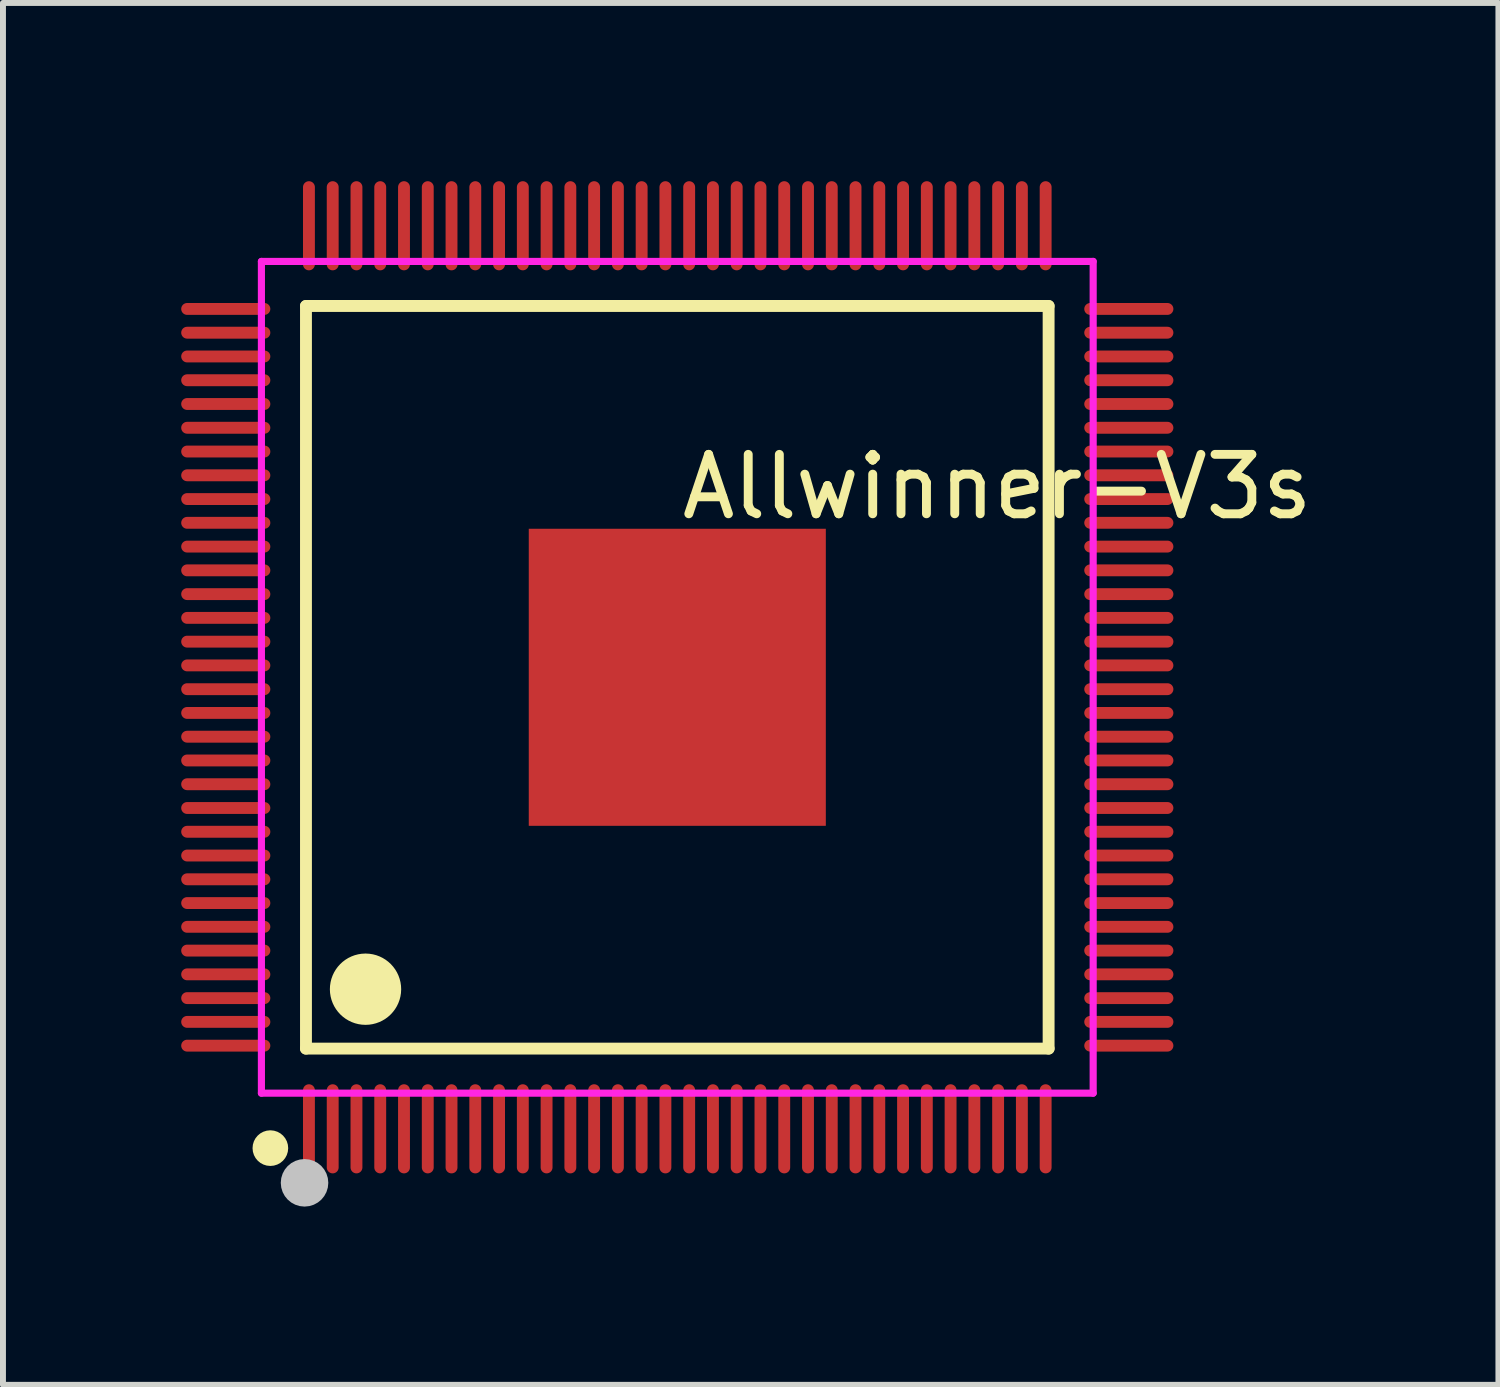
<source format=kicad_pcb>
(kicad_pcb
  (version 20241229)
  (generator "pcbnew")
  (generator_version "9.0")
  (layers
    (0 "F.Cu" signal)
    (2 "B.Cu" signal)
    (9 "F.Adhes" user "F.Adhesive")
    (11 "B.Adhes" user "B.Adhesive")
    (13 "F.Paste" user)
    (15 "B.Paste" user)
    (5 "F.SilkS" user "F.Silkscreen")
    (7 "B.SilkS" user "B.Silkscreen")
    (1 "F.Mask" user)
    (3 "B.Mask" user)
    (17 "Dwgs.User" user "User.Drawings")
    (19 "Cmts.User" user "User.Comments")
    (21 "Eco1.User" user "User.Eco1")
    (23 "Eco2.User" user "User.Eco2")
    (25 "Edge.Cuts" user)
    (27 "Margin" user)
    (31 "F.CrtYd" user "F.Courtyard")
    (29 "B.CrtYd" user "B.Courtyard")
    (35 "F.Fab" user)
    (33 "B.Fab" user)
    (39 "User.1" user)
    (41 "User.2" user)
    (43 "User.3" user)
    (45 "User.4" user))
  (footprint "Allwinner-V3s"
    (layer "F.Cu")
    (at 8.35 8.35)
    (property "Reference" "Allwinner-V3s" (at 0 -3.207 0) (layer "F.SilkS") (effects (font (size 1 1) (thickness 0.15)) (justify left)))
    (attr smd)
    (fp_line (start -6.25 -6.25) (end 6.25 -6.25) (stroke (width 0.2) (type solid)) (layer "F.SilkS"))
    (fp_line (start -6.25 6.25) (end -6.25 -6.25) (stroke (width 0.2) (type solid)) (layer "F.SilkS"))
    (fp_line (start 6.25 -6.25) (end 6.25 6.25) (stroke (width 0.2) (type solid)) (layer "F.SilkS"))
    (fp_line (start 6.25 6.25) (end -6.25 6.25) (stroke (width 0.2) (type solid)) (layer "F.SilkS"))
    (fp_arc (start -6.848 7.775) (mid -6.84873 8.075003) (end -6.85054 7.775005) (stroke (width 0.3) (type solid)) (layer "F.SilkS"))
    (fp_arc (start -5.245 4.95) (mid -5.24846 5.550015) (end -5.25008 4.949992) (stroke (width 0.6) (type solid)) (layer "F.SilkS"))
    (fp_circle (center -6.274 8.509) (end -6.074 8.509) (stroke (width 0.4) (type solid)) (fill no) (layer "Dwgs.User"))
    (fp_line (start -7.41 -6.293) (end -6.99 -6.293) (stroke (width 0.12) (type solid)) (layer "Eco2.User"))
    (fp_line (start -7.41 -6.108) (end -7.41 -6.293) (stroke (width 0.12) (type solid)) (layer "Eco2.User"))
    (fp_line (start -7.41 -5.891) (end -6.99 -5.891) (stroke (width 0.12) (type solid)) (layer "Eco2.User"))
    (fp_line (start -7.41 -5.706) (end -7.41 -5.891) (stroke (width 0.12) (type solid)) (layer "Eco2.User"))
    (fp_line (start -7.41 -5.493) (end -6.99 -5.493) (stroke (width 0.12) (type solid)) (layer "Eco2.User"))
    (fp_line (start -7.41 -5.308) (end -7.41 -5.493) (stroke (width 0.12) (type solid)) (layer "Eco2.User"))
    (fp_line (start -7.41 -5.094) (end -6.99 -5.094) (stroke (width 0.12) (type solid)) (layer "Eco2.User"))
    (fp_line (start -7.41 -4.909) (end -7.41 -5.094) (stroke (width 0.12) (type solid)) (layer "Eco2.User"))
    (fp_line (start -7.41 -4.692) (end -6.99 -4.692) (stroke (width 0.12) (type solid)) (layer "Eco2.User"))
    (fp_line (start -7.41 -4.507) (end -7.41 -4.692) (stroke (width 0.12) (type solid)) (layer "Eco2.User"))
    (fp_line (start -7.41 -4.294) (end -6.99 -4.294) (stroke (width 0.12) (type solid)) (layer "Eco2.User"))
    (fp_line (start -7.41 -4.109) (end -7.41 -4.294) (stroke (width 0.12) (type solid)) (layer "Eco2.User"))
    (fp_line (start -7.41 -3.892) (end -6.99 -3.892) (stroke (width 0.12) (type solid)) (layer "Eco2.User"))
    (fp_line (start -7.41 -3.707) (end -7.41 -3.892) (stroke (width 0.12) (type solid)) (layer "Eco2.User"))
    (fp_line (start -7.41 -3.494) (end -6.99 -3.494) (stroke (width 0.12) (type solid)) (layer "Eco2.User"))
    (fp_line (start -7.41 -3.309) (end -7.41 -3.494) (stroke (width 0.12) (type solid)) (layer "Eco2.User"))
    (fp_line (start -7.41 -3.092) (end -6.99 -3.092) (stroke (width 0.12) (type solid)) (layer "Eco2.User"))
    (fp_line (start -7.41 -2.907) (end -7.41 -3.092) (stroke (width 0.12) (type solid)) (layer "Eco2.User"))
    (fp_line (start -7.41 -2.693) (end -6.99 -2.693) (stroke (width 0.12) (type solid)) (layer "Eco2.User"))
    (fp_line (start -7.41 -2.508) (end -7.41 -2.693) (stroke (width 0.12) (type solid)) (layer "Eco2.User"))
    (fp_line (start -7.41 -2.292) (end -6.99 -2.292) (stroke (width 0.12) (type solid)) (layer "Eco2.User"))
    (fp_line (start -7.41 -2.107) (end -7.41 -2.292) (stroke (width 0.12) (type solid)) (layer "Eco2.User"))
    (fp_line (start -7.41 -1.893) (end -6.99 -1.893) (stroke (width 0.12) (type solid)) (layer "Eco2.User"))
    (fp_line (start -7.41 -1.708) (end -7.41 -1.893) (stroke (width 0.12) (type solid)) (layer "Eco2.User"))
    (fp_line (start -7.41 -1.492) (end -6.99 -1.492) (stroke (width 0.12) (type solid)) (layer "Eco2.User"))
    (fp_line (start -7.41 -1.307) (end -7.41 -1.492) (stroke (width 0.12) (type solid)) (layer "Eco2.User"))
    (fp_line (start -7.41 -1.093) (end -6.99 -1.093) (stroke (width 0.12) (type solid)) (layer "Eco2.User"))
    (fp_line (start -7.41 -0.908) (end -7.41 -1.093) (stroke (width 0.12) (type solid)) (layer "Eco2.User"))
    (fp_line (start -7.41 -0.692) (end -6.99 -0.692) (stroke (width 0.12) (type solid)) (layer "Eco2.User"))
    (fp_line (start -7.41 -0.507) (end -7.41 -0.692) (stroke (width 0.12) (type solid)) (layer "Eco2.User"))
    (fp_line (start -7.41 -0.293) (end -6.99 -0.293) (stroke (width 0.12) (type solid)) (layer "Eco2.User"))
    (fp_line (start -7.41 -0.108) (end -7.41 -0.293) (stroke (width 0.12) (type solid)) (layer "Eco2.User"))
    (fp_line (start -7.41 0.108) (end -6.99 0.108) (stroke (width 0.12) (type solid)) (layer "Eco2.User"))
    (fp_line (start -7.41 0.293) (end -7.41 0.108) (stroke (width 0.12) (type solid)) (layer "Eco2.User"))
    (fp_line (start -7.41 0.507) (end -6.99 0.507) (stroke (width 0.12) (type solid)) (layer "Eco2.User"))
    (fp_line (start -7.41 0.692) (end -7.41 0.507) (stroke (width 0.12) (type solid)) (layer "Eco2.User"))
    (fp_line (start -7.41 0.908) (end -6.99 0.908) (stroke (width 0.12) (type solid)) (layer "Eco2.User"))
    (fp_line (start -7.41 1.093) (end -7.41 0.908) (stroke (width 0.12) (type solid)) (layer "Eco2.User"))
    (fp_line (start -7.41 1.307) (end -6.99 1.307) (stroke (width 0.12) (type solid)) (layer "Eco2.User"))
    (fp_line (start -7.41 1.492) (end -7.41 1.307) (stroke (width 0.12) (type solid)) (layer "Eco2.User"))
    (fp_line (start -7.41 1.708) (end -6.99 1.708) (stroke (width 0.12) (type solid)) (layer "Eco2.User"))
    (fp_line (start -7.41 1.893) (end -7.41 1.708) (stroke (width 0.12) (type solid)) (layer "Eco2.User"))
    (fp_line (start -7.41 2.107) (end -6.99 2.107) (stroke (width 0.12) (type solid)) (layer "Eco2.User"))
    (fp_line (start -7.41 2.292) (end -7.41 2.107) (stroke (width 0.12) (type solid)) (layer "Eco2.User"))
    (fp_line (start -7.41 2.508) (end -6.99 2.508) (stroke (width 0.12) (type solid)) (layer "Eco2.User"))
    (fp_line (start -7.41 2.693) (end -7.41 2.508) (stroke (width 0.12) (type solid)) (layer "Eco2.User"))
    (fp_line (start -7.41 2.907) (end -6.99 2.907) (stroke (width 0.12) (type solid)) (layer "Eco2.User"))
    (fp_line (start -7.41 3.092) (end -7.41 2.907) (stroke (width 0.12) (type solid)) (layer "Eco2.User"))
    (fp_line (start -7.41 3.309) (end -6.99 3.309) (stroke (width 0.12) (type solid)) (layer "Eco2.User"))
    (fp_line (start -7.41 3.494) (end -7.41 3.309) (stroke (width 0.12) (type solid)) (layer "Eco2.User"))
    (fp_line (start -7.41 3.707) (end -6.99 3.707) (stroke (width 0.12) (type solid)) (layer "Eco2.User"))
    (fp_line (start -7.41 3.892) (end -7.41 3.707) (stroke (width 0.12) (type solid)) (layer "Eco2.User"))
    (fp_line (start -7.41 4.109) (end -6.99 4.109) (stroke (width 0.12) (type solid)) (layer "Eco2.User"))
    (fp_line (start -7.41 4.294) (end -7.41 4.109) (stroke (width 0.12) (type solid)) (layer "Eco2.User"))
    (fp_line (start -7.41 4.507) (end -6.99 4.507) (stroke (width 0.12) (type solid)) (layer "Eco2.User"))
    (fp_line (start -7.41 4.692) (end -7.41 4.507) (stroke (width 0.12) (type solid)) (layer "Eco2.User"))
    (fp_line (start -7.41 4.909) (end -6.99 4.909) (stroke (width 0.12) (type solid)) (layer "Eco2.User"))
    (fp_line (start -7.41 5.094) (end -7.41 4.909) (stroke (width 0.12) (type solid)) (layer "Eco2.User"))
    (fp_line (start -7.41 5.308) (end -6.99 5.308) (stroke (width 0.12) (type solid)) (layer "Eco2.User"))
    (fp_line (start -7.41 5.493) (end -7.41 5.308) (stroke (width 0.12) (type solid)) (layer "Eco2.User"))
    (fp_line (start -7.41 5.706) (end -6.99 5.706) (stroke (width 0.12) (type solid)) (layer "Eco2.User"))
    (fp_line (start -7.41 5.891) (end -7.41 5.706) (stroke (width 0.12) (type solid)) (layer "Eco2.User"))
    (fp_line (start -7.41 6.108) (end -6.99 6.108) (stroke (width 0.12) (type solid)) (layer "Eco2.User"))
    (fp_line (start -7.41 6.293) (end -7.41 6.108) (stroke (width 0.12) (type solid)) (layer "Eco2.User"))
    (fp_line (start -6.99 -6.293) (end -6.99 -6.108) (stroke (width 0.12) (type solid)) (layer "Eco2.User"))
    (fp_line (start -6.99 -6.108) (end -7.41 -6.108) (stroke (width 0.12) (type solid)) (layer "Eco2.User"))
    (fp_line (start -6.99 -5.891) (end -6.99 -5.706) (stroke (width 0.12) (type solid)) (layer "Eco2.User"))
    (fp_line (start -6.99 -5.706) (end -7.41 -5.706) (stroke (width 0.12) (type solid)) (layer "Eco2.User"))
    (fp_line (start -6.99 -5.493) (end -6.99 -5.308) (stroke (width 0.12) (type solid)) (layer "Eco2.User"))
    (fp_line (start -6.99 -5.308) (end -7.41 -5.308) (stroke (width 0.12) (type solid)) (layer "Eco2.User"))
    (fp_line (start -6.99 -5.094) (end -6.99 -4.909) (stroke (width 0.12) (type solid)) (layer "Eco2.User"))
    (fp_line (start -6.99 -4.909) (end -7.41 -4.909) (stroke (width 0.12) (type solid)) (layer "Eco2.User"))
    (fp_line (start -6.99 -4.692) (end -6.99 -4.507) (stroke (width 0.12) (type solid)) (layer "Eco2.User"))
    (fp_line (start -6.99 -4.507) (end -7.41 -4.507) (stroke (width 0.12) (type solid)) (layer "Eco2.User"))
    (fp_line (start -6.99 -4.294) (end -6.99 -4.109) (stroke (width 0.12) (type solid)) (layer "Eco2.User"))
    (fp_line (start -6.99 -4.109) (end -7.41 -4.109) (stroke (width 0.12) (type solid)) (layer "Eco2.User"))
    (fp_line (start -6.99 -3.892) (end -6.99 -3.707) (stroke (width 0.12) (type solid)) (layer "Eco2.User"))
    (fp_line (start -6.99 -3.707) (end -7.41 -3.707) (stroke (width 0.12) (type solid)) (layer "Eco2.User"))
    (fp_line (start -6.99 -3.494) (end -6.99 -3.309) (stroke (width 0.12) (type solid)) (layer "Eco2.User"))
    (fp_line (start -6.99 -3.309) (end -7.41 -3.309) (stroke (width 0.12) (type solid)) (layer "Eco2.User"))
    (fp_line (start -6.99 -3.092) (end -6.99 -2.907) (stroke (width 0.12) (type solid)) (layer "Eco2.User"))
    (fp_line (start -6.99 -2.907) (end -7.41 -2.907) (stroke (width 0.12) (type solid)) (layer "Eco2.User"))
    (fp_line (start -6.99 -2.693) (end -6.99 -2.508) (stroke (width 0.12) (type solid)) (layer "Eco2.User"))
    (fp_line (start -6.99 -2.508) (end -7.41 -2.508) (stroke (width 0.12) (type solid)) (layer "Eco2.User"))
    (fp_line (start -6.99 -2.292) (end -6.99 -2.107) (stroke (width 0.12) (type solid)) (layer "Eco2.User"))
    (fp_line (start -6.99 -2.107) (end -7.41 -2.107) (stroke (width 0.12) (type solid)) (layer "Eco2.User"))
    (fp_line (start -6.99 -1.893) (end -6.99 -1.708) (stroke (width 0.12) (type solid)) (layer "Eco2.User"))
    (fp_line (start -6.99 -1.708) (end -7.41 -1.708) (stroke (width 0.12) (type solid)) (layer "Eco2.User"))
    (fp_line (start -6.99 -1.492) (end -6.99 -1.307) (stroke (width 0.12) (type solid)) (layer "Eco2.User"))
    (fp_line (start -6.99 -1.307) (end -7.41 -1.307) (stroke (width 0.12) (type solid)) (layer "Eco2.User"))
    (fp_line (start -6.99 -1.093) (end -6.99 -0.908) (stroke (width 0.12) (type solid)) (layer "Eco2.User"))
    (fp_line (start -6.99 -0.908) (end -7.41 -0.908) (stroke (width 0.12) (type solid)) (layer "Eco2.User"))
    (fp_line (start -6.99 -0.692) (end -6.99 -0.507) (stroke (width 0.12) (type solid)) (layer "Eco2.User"))
    (fp_line (start -6.99 -0.507) (end -7.41 -0.507) (stroke (width 0.12) (type solid)) (layer "Eco2.User"))
    (fp_line (start -6.99 -0.293) (end -6.99 -0.108) (stroke (width 0.12) (type solid)) (layer "Eco2.User"))
    (fp_line (start -6.99 -0.108) (end -7.41 -0.108) (stroke (width 0.12) (type solid)) (layer "Eco2.User"))
    (fp_line (start -6.99 0.108) (end -6.99 0.293) (stroke (width 0.12) (type solid)) (layer "Eco2.User"))
    (fp_line (start -6.99 0.293) (end -7.41 0.293) (stroke (width 0.12) (type solid)) (layer "Eco2.User"))
    (fp_line (start -6.99 0.507) (end -6.99 0.692) (stroke (width 0.12) (type solid)) (layer "Eco2.User"))
    (fp_line (start -6.99 0.692) (end -7.41 0.692) (stroke (width 0.12) (type solid)) (layer "Eco2.User"))
    (fp_line (start -6.99 0.908) (end -6.99 1.093) (stroke (width 0.12) (type solid)) (layer "Eco2.User"))
    (fp_line (start -6.99 1.093) (end -7.41 1.093) (stroke (width 0.12) (type solid)) (layer "Eco2.User"))
    (fp_line (start -6.99 1.307) (end -6.99 1.492) (stroke (width 0.12) (type solid)) (layer "Eco2.User"))
    (fp_line (start -6.99 1.492) (end -7.41 1.492) (stroke (width 0.12) (type solid)) (layer "Eco2.User"))
    (fp_line (start -6.99 1.708) (end -6.99 1.893) (stroke (width 0.12) (type solid)) (layer "Eco2.User"))
    (fp_line (start -6.99 1.893) (end -7.41 1.893) (stroke (width 0.12) (type solid)) (layer "Eco2.User"))
    (fp_line (start -6.99 2.107) (end -6.99 2.292) (stroke (width 0.12) (type solid)) (layer "Eco2.User"))
    (fp_line (start -6.99 2.292) (end -7.41 2.292) (stroke (width 0.12) (type solid)) (layer "Eco2.User"))
    (fp_line (start -6.99 2.508) (end -6.99 2.693) (stroke (width 0.12) (type solid)) (layer "Eco2.User"))
    (fp_line (start -6.99 2.693) (end -7.41 2.693) (stroke (width 0.12) (type solid)) (layer "Eco2.User"))
    (fp_line (start -6.99 2.907) (end -6.99 3.092) (stroke (width 0.12) (type solid)) (layer "Eco2.User"))
    (fp_line (start -6.99 3.092) (end -7.41 3.092) (stroke (width 0.12) (type solid)) (layer "Eco2.User"))
    (fp_line (start -6.99 3.309) (end -6.99 3.494) (stroke (width 0.12) (type solid)) (layer "Eco2.User"))
    (fp_line (start -6.99 3.494) (end -7.41 3.494) (stroke (width 0.12) (type solid)) (layer "Eco2.User"))
    (fp_line (start -6.99 3.707) (end -6.99 3.892) (stroke (width 0.12) (type solid)) (layer "Eco2.User"))
    (fp_line (start -6.99 3.892) (end -7.41 3.892) (stroke (width 0.12) (type solid)) (layer "Eco2.User"))
    (fp_line (start -6.99 4.109) (end -6.99 4.294) (stroke (width 0.12) (type solid)) (layer "Eco2.User"))
    (fp_line (start -6.99 4.294) (end -7.41 4.294) (stroke (width 0.12) (type solid)) (layer "Eco2.User"))
    (fp_line (start -6.99 4.507) (end -6.99 4.692) (stroke (width 0.12) (type solid)) (layer "Eco2.User"))
    (fp_line (start -6.99 4.692) (end -7.41 4.692) (stroke (width 0.12) (type solid)) (layer "Eco2.User"))
    (fp_line (start -6.99 4.909) (end -6.99 5.094) (stroke (width 0.12) (type solid)) (layer "Eco2.User"))
    (fp_line (start -6.99 5.094) (end -7.41 5.094) (stroke (width 0.12) (type solid)) (layer "Eco2.User"))
    (fp_line (start -6.99 5.308) (end -6.99 5.493) (stroke (width 0.12) (type solid)) (layer "Eco2.User"))
    (fp_line (start -6.99 5.493) (end -7.41 5.493) (stroke (width 0.12) (type solid)) (layer "Eco2.User"))
    (fp_line (start -6.99 5.706) (end -6.99 5.891) (stroke (width 0.12) (type solid)) (layer "Eco2.User"))
    (fp_line (start -6.99 5.891) (end -7.41 5.891) (stroke (width 0.12) (type solid)) (layer "Eco2.User"))
    (fp_line (start -6.99 6.108) (end -6.99 6.293) (stroke (width 0.12) (type solid)) (layer "Eco2.User"))
    (fp_line (start -6.99 6.293) (end -7.41 6.293) (stroke (width 0.12) (type solid)) (layer "Eco2.User"))
    (fp_line (start -6.293 -7.41) (end -6.108 -7.41) (stroke (width 0.12) (type solid)) (layer "Eco2.User"))
    (fp_line (start -6.293 -6.99) (end -6.293 -7.41) (stroke (width 0.12) (type solid)) (layer "Eco2.User"))
    (fp_line (start -6.293 6.99) (end -6.108 6.99) (stroke (width 0.12) (type solid)) (layer "Eco2.User"))
    (fp_line (start -6.293 7.41) (end -6.293 6.99) (stroke (width 0.12) (type solid)) (layer "Eco2.User"))
    (fp_line (start -6.108 -7.41) (end -6.108 -6.99) (stroke (width 0.12) (type solid)) (layer "Eco2.User"))
    (fp_line (start -6.108 -6.99) (end -6.293 -6.99) (stroke (width 0.12) (type solid)) (layer "Eco2.User"))
    (fp_line (start -6.108 6.99) (end -6.108 7.41) (stroke (width 0.12) (type solid)) (layer "Eco2.User"))
    (fp_line (start -6.108 7.41) (end -6.293 7.41) (stroke (width 0.12) (type solid)) (layer "Eco2.User"))
    (fp_line (start -5.891 -7.41) (end -5.706 -7.41) (stroke (width 0.12) (type solid)) (layer "Eco2.User"))
    (fp_line (start -5.891 -6.99) (end -5.891 -7.41) (stroke (width 0.12) (type solid)) (layer "Eco2.User"))
    (fp_line (start -5.891 6.99) (end -5.706 6.99) (stroke (width 0.12) (type solid)) (layer "Eco2.User"))
    (fp_line (start -5.891 7.41) (end -5.891 6.99) (stroke (width 0.12) (type solid)) (layer "Eco2.User"))
    (fp_line (start -5.706 -7.41) (end -5.706 -6.99) (stroke (width 0.12) (type solid)) (layer "Eco2.User"))
    (fp_line (start -5.706 -6.99) (end -5.891 -6.99) (stroke (width 0.12) (type solid)) (layer "Eco2.User"))
    (fp_line (start -5.706 6.99) (end -5.706 7.41) (stroke (width 0.12) (type solid)) (layer "Eco2.User"))
    (fp_line (start -5.706 7.41) (end -5.891 7.41) (stroke (width 0.12) (type solid)) (layer "Eco2.User"))
    (fp_line (start -5.493 -7.41) (end -5.308 -7.41) (stroke (width 0.12) (type solid)) (layer "Eco2.User"))
    (fp_line (start -5.493 -6.99) (end -5.493 -7.41) (stroke (width 0.12) (type solid)) (layer "Eco2.User"))
    (fp_line (start -5.493 6.99) (end -5.308 6.99) (stroke (width 0.12) (type solid)) (layer "Eco2.User"))
    (fp_line (start -5.493 7.41) (end -5.493 6.99) (stroke (width 0.12) (type solid)) (layer "Eco2.User"))
    (fp_line (start -5.308 -7.41) (end -5.308 -6.99) (stroke (width 0.12) (type solid)) (layer "Eco2.User"))
    (fp_line (start -5.308 -6.99) (end -5.493 -6.99) (stroke (width 0.12) (type solid)) (layer "Eco2.User"))
    (fp_line (start -5.308 6.99) (end -5.308 7.41) (stroke (width 0.12) (type solid)) (layer "Eco2.User"))
    (fp_line (start -5.308 7.41) (end -5.493 7.41) (stroke (width 0.12) (type solid)) (layer "Eco2.User"))
    (fp_line (start -5.094 -7.41) (end -4.909 -7.41) (stroke (width 0.12) (type solid)) (layer "Eco2.User"))
    (fp_line (start -5.094 -6.99) (end -5.094 -7.41) (stroke (width 0.12) (type solid)) (layer "Eco2.User"))
    (fp_line (start -5.094 6.99) (end -4.909 6.99) (stroke (width 0.12) (type solid)) (layer "Eco2.User"))
    (fp_line (start -5.094 7.41) (end -5.094 6.99) (stroke (width 0.12) (type solid)) (layer "Eco2.User"))
    (fp_line (start -4.909 -7.41) (end -4.909 -6.99) (stroke (width 0.12) (type solid)) (layer "Eco2.User"))
    (fp_line (start -4.909 -6.99) (end -5.094 -6.99) (stroke (width 0.12) (type solid)) (layer "Eco2.User"))
    (fp_line (start -4.909 6.99) (end -4.909 7.41) (stroke (width 0.12) (type solid)) (layer "Eco2.User"))
    (fp_line (start -4.909 7.41) (end -5.094 7.41) (stroke (width 0.12) (type solid)) (layer "Eco2.User"))
    (fp_line (start -4.692 -7.41) (end -4.507 -7.41) (stroke (width 0.12) (type solid)) (layer "Eco2.User"))
    (fp_line (start -4.692 -6.99) (end -4.692 -7.41) (stroke (width 0.12) (type solid)) (layer "Eco2.User"))
    (fp_line (start -4.692 6.99) (end -4.507 6.99) (stroke (width 0.12) (type solid)) (layer "Eco2.User"))
    (fp_line (start -4.692 7.41) (end -4.692 6.99) (stroke (width 0.12) (type solid)) (layer "Eco2.User"))
    (fp_line (start -4.507 -7.41) (end -4.507 -6.99) (stroke (width 0.12) (type solid)) (layer "Eco2.User"))
    (fp_line (start -4.507 -6.99) (end -4.692 -6.99) (stroke (width 0.12) (type solid)) (layer "Eco2.User"))
    (fp_line (start -4.507 6.99) (end -4.507 7.41) (stroke (width 0.12) (type solid)) (layer "Eco2.User"))
    (fp_line (start -4.507 7.41) (end -4.692 7.41) (stroke (width 0.12) (type solid)) (layer "Eco2.User"))
    (fp_line (start -4.294 -7.41) (end -4.109 -7.41) (stroke (width 0.12) (type solid)) (layer "Eco2.User"))
    (fp_line (start -4.294 -6.99) (end -4.294 -7.41) (stroke (width 0.12) (type solid)) (layer "Eco2.User"))
    (fp_line (start -4.294 6.99) (end -4.109 6.99) (stroke (width 0.12) (type solid)) (layer "Eco2.User"))
    (fp_line (start -4.294 7.41) (end -4.294 6.99) (stroke (width 0.12) (type solid)) (layer "Eco2.User"))
    (fp_line (start -4.109 -7.41) (end -4.109 -6.99) (stroke (width 0.12) (type solid)) (layer "Eco2.User"))
    (fp_line (start -4.109 -6.99) (end -4.294 -6.99) (stroke (width 0.12) (type solid)) (layer "Eco2.User"))
    (fp_line (start -4.109 6.99) (end -4.109 7.41) (stroke (width 0.12) (type solid)) (layer "Eco2.User"))
    (fp_line (start -4.109 7.41) (end -4.294 7.41) (stroke (width 0.12) (type solid)) (layer "Eco2.User"))
    (fp_line (start -3.892 -7.41) (end -3.707 -7.41) (stroke (width 0.12) (type solid)) (layer "Eco2.User"))
    (fp_line (start -3.892 -6.99) (end -3.892 -7.41) (stroke (width 0.12) (type solid)) (layer "Eco2.User"))
    (fp_line (start -3.892 6.99) (end -3.707 6.99) (stroke (width 0.12) (type solid)) (layer "Eco2.User"))
    (fp_line (start -3.892 7.41) (end -3.892 6.99) (stroke (width 0.12) (type solid)) (layer "Eco2.User"))
    (fp_line (start -3.707 -7.41) (end -3.707 -6.99) (stroke (width 0.12) (type solid)) (layer "Eco2.User"))
    (fp_line (start -3.707 -6.99) (end -3.892 -6.99) (stroke (width 0.12) (type solid)) (layer "Eco2.User"))
    (fp_line (start -3.707 6.99) (end -3.707 7.41) (stroke (width 0.12) (type solid)) (layer "Eco2.User"))
    (fp_line (start -3.707 7.41) (end -3.892 7.41) (stroke (width 0.12) (type solid)) (layer "Eco2.User"))
    (fp_line (start -3.494 -7.41) (end -3.309 -7.41) (stroke (width 0.12) (type solid)) (layer "Eco2.User"))
    (fp_line (start -3.494 -6.99) (end -3.494 -7.41) (stroke (width 0.12) (type solid)) (layer "Eco2.User"))
    (fp_line (start -3.494 6.99) (end -3.309 6.99) (stroke (width 0.12) (type solid)) (layer "Eco2.User"))
    (fp_line (start -3.494 7.41) (end -3.494 6.99) (stroke (width 0.12) (type solid)) (layer "Eco2.User"))
    (fp_line (start -3.309 -7.41) (end -3.309 -6.99) (stroke (width 0.12) (type solid)) (layer "Eco2.User"))
    (fp_line (start -3.309 -6.99) (end -3.494 -6.99) (stroke (width 0.12) (type solid)) (layer "Eco2.User"))
    (fp_line (start -3.309 6.99) (end -3.309 7.41) (stroke (width 0.12) (type solid)) (layer "Eco2.User"))
    (fp_line (start -3.309 7.41) (end -3.494 7.41) (stroke (width 0.12) (type solid)) (layer "Eco2.User"))
    (fp_line (start -3.092 -7.41) (end -2.907 -7.41) (stroke (width 0.12) (type solid)) (layer "Eco2.User"))
    (fp_line (start -3.092 -6.99) (end -3.092 -7.41) (stroke (width 0.12) (type solid)) (layer "Eco2.User"))
    (fp_line (start -3.092 6.99) (end -2.907 6.99) (stroke (width 0.12) (type solid)) (layer "Eco2.User"))
    (fp_line (start -3.092 7.41) (end -3.092 6.99) (stroke (width 0.12) (type solid)) (layer "Eco2.User"))
    (fp_line (start -2.907 -7.41) (end -2.907 -6.99) (stroke (width 0.12) (type solid)) (layer "Eco2.User"))
    (fp_line (start -2.907 -6.99) (end -3.092 -6.99) (stroke (width 0.12) (type solid)) (layer "Eco2.User"))
    (fp_line (start -2.907 6.99) (end -2.907 7.41) (stroke (width 0.12) (type solid)) (layer "Eco2.User"))
    (fp_line (start -2.907 7.41) (end -3.092 7.41) (stroke (width 0.12) (type solid)) (layer "Eco2.User"))
    (fp_line (start -2.693 -7.41) (end -2.508 -7.41) (stroke (width 0.12) (type solid)) (layer "Eco2.User"))
    (fp_line (start -2.693 -6.99) (end -2.693 -7.41) (stroke (width 0.12) (type solid)) (layer "Eco2.User"))
    (fp_line (start -2.693 6.99) (end -2.508 6.99) (stroke (width 0.12) (type solid)) (layer "Eco2.User"))
    (fp_line (start -2.693 7.41) (end -2.693 6.99) (stroke (width 0.12) (type solid)) (layer "Eco2.User"))
    (fp_line (start -2.508 -7.41) (end -2.508 -6.99) (stroke (width 0.12) (type solid)) (layer "Eco2.User"))
    (fp_line (start -2.508 -6.99) (end -2.693 -6.99) (stroke (width 0.12) (type solid)) (layer "Eco2.User"))
    (fp_line (start -2.508 6.99) (end -2.508 7.41) (stroke (width 0.12) (type solid)) (layer "Eco2.User"))
    (fp_line (start -2.508 7.41) (end -2.693 7.41) (stroke (width 0.12) (type solid)) (layer "Eco2.User"))
    (fp_line (start -2.292 -7.41) (end -2.107 -7.41) (stroke (width 0.12) (type solid)) (layer "Eco2.User"))
    (fp_line (start -2.292 -6.99) (end -2.292 -7.41) (stroke (width 0.12) (type solid)) (layer "Eco2.User"))
    (fp_line (start -2.292 6.99) (end -2.107 6.99) (stroke (width 0.12) (type solid)) (layer "Eco2.User"))
    (fp_line (start -2.292 7.41) (end -2.292 6.99) (stroke (width 0.12) (type solid)) (layer "Eco2.User"))
    (fp_line (start -2.107 -7.41) (end -2.107 -6.99) (stroke (width 0.12) (type solid)) (layer "Eco2.User"))
    (fp_line (start -2.107 -6.99) (end -2.292 -6.99) (stroke (width 0.12) (type solid)) (layer "Eco2.User"))
    (fp_line (start -2.107 6.99) (end -2.107 7.41) (stroke (width 0.12) (type solid)) (layer "Eco2.User"))
    (fp_line (start -2.107 7.41) (end -2.292 7.41) (stroke (width 0.12) (type solid)) (layer "Eco2.User"))
    (fp_line (start -1.893 -7.41) (end -1.708 -7.41) (stroke (width 0.12) (type solid)) (layer "Eco2.User"))
    (fp_line (start -1.893 -6.99) (end -1.893 -7.41) (stroke (width 0.12) (type solid)) (layer "Eco2.User"))
    (fp_line (start -1.893 6.99) (end -1.708 6.99) (stroke (width 0.12) (type solid)) (layer "Eco2.User"))
    (fp_line (start -1.893 7.41) (end -1.893 6.99) (stroke (width 0.12) (type solid)) (layer "Eco2.User"))
    (fp_line (start -1.708 -7.41) (end -1.708 -6.99) (stroke (width 0.12) (type solid)) (layer "Eco2.User"))
    (fp_line (start -1.708 -6.99) (end -1.893 -6.99) (stroke (width 0.12) (type solid)) (layer "Eco2.User"))
    (fp_line (start -1.708 6.99) (end -1.708 7.41) (stroke (width 0.12) (type solid)) (layer "Eco2.User"))
    (fp_line (start -1.708 7.41) (end -1.893 7.41) (stroke (width 0.12) (type solid)) (layer "Eco2.User"))
    (fp_line (start -1.492 -7.41) (end -1.307 -7.41) (stroke (width 0.12) (type solid)) (layer "Eco2.User"))
    (fp_line (start -1.492 -6.99) (end -1.492 -7.41) (stroke (width 0.12) (type solid)) (layer "Eco2.User"))
    (fp_line (start -1.492 6.99) (end -1.307 6.99) (stroke (width 0.12) (type solid)) (layer "Eco2.User"))
    (fp_line (start -1.492 7.41) (end -1.492 6.99) (stroke (width 0.12) (type solid)) (layer "Eco2.User"))
    (fp_line (start -1.307 -7.41) (end -1.307 -6.99) (stroke (width 0.12) (type solid)) (layer "Eco2.User"))
    (fp_line (start -1.307 -6.99) (end -1.492 -6.99) (stroke (width 0.12) (type solid)) (layer "Eco2.User"))
    (fp_line (start -1.307 6.99) (end -1.307 7.41) (stroke (width 0.12) (type solid)) (layer "Eco2.User"))
    (fp_line (start -1.307 7.41) (end -1.492 7.41) (stroke (width 0.12) (type solid)) (layer "Eco2.User"))
    (fp_line (start -1.093 -7.41) (end -0.908 -7.41) (stroke (width 0.12) (type solid)) (layer "Eco2.User"))
    (fp_line (start -1.093 -6.99) (end -1.093 -7.41) (stroke (width 0.12) (type solid)) (layer "Eco2.User"))
    (fp_line (start -1.093 6.99) (end -0.908 6.99) (stroke (width 0.12) (type solid)) (layer "Eco2.User"))
    (fp_line (start -1.093 7.41) (end -1.093 6.99) (stroke (width 0.12) (type solid)) (layer "Eco2.User"))
    (fp_line (start -0.908 -7.41) (end -0.908 -6.99) (stroke (width 0.12) (type solid)) (layer "Eco2.User"))
    (fp_line (start -0.908 -6.99) (end -1.093 -6.99) (stroke (width 0.12) (type solid)) (layer "Eco2.User"))
    (fp_line (start -0.908 6.99) (end -0.908 7.41) (stroke (width 0.12) (type solid)) (layer "Eco2.User"))
    (fp_line (start -0.908 7.41) (end -1.093 7.41) (stroke (width 0.12) (type solid)) (layer "Eco2.User"))
    (fp_line (start -0.692 -7.41) (end -0.507 -7.41) (stroke (width 0.12) (type solid)) (layer "Eco2.User"))
    (fp_line (start -0.692 -6.99) (end -0.692 -7.41) (stroke (width 0.12) (type solid)) (layer "Eco2.User"))
    (fp_line (start -0.692 6.99) (end -0.507 6.99) (stroke (width 0.12) (type solid)) (layer "Eco2.User"))
    (fp_line (start -0.692 7.41) (end -0.692 6.99) (stroke (width 0.12) (type solid)) (layer "Eco2.User"))
    (fp_line (start -0.507 -7.41) (end -0.507 -6.99) (stroke (width 0.12) (type solid)) (layer "Eco2.User"))
    (fp_line (start -0.507 -6.99) (end -0.692 -6.99) (stroke (width 0.12) (type solid)) (layer "Eco2.User"))
    (fp_line (start -0.507 6.99) (end -0.507 7.41) (stroke (width 0.12) (type solid)) (layer "Eco2.User"))
    (fp_line (start -0.507 7.41) (end -0.692 7.41) (stroke (width 0.12) (type solid)) (layer "Eco2.User"))
    (fp_line (start -0.293 -7.41) (end -0.108 -7.41) (stroke (width 0.12) (type solid)) (layer "Eco2.User"))
    (fp_line (start -0.293 -6.99) (end -0.293 -7.41) (stroke (width 0.12) (type solid)) (layer "Eco2.User"))
    (fp_line (start -0.293 6.99) (end -0.108 6.99) (stroke (width 0.12) (type solid)) (layer "Eco2.User"))
    (fp_line (start -0.293 7.41) (end -0.293 6.99) (stroke (width 0.12) (type solid)) (layer "Eco2.User"))
    (fp_line (start -0.108 -7.41) (end -0.108 -6.99) (stroke (width 0.12) (type solid)) (layer "Eco2.User"))
    (fp_line (start -0.108 -6.99) (end -0.293 -6.99) (stroke (width 0.12) (type solid)) (layer "Eco2.User"))
    (fp_line (start -0.108 6.99) (end -0.108 7.41) (stroke (width 0.12) (type solid)) (layer "Eco2.User"))
    (fp_line (start -0.108 7.41) (end -0.293 7.41) (stroke (width 0.12) (type solid)) (layer "Eco2.User"))
    (fp_line (start 0.108 -7.41) (end 0.293 -7.41) (stroke (width 0.12) (type solid)) (layer "Eco2.User"))
    (fp_line (start 0.108 -6.99) (end 0.108 -7.41) (stroke (width 0.12) (type solid)) (layer "Eco2.User"))
    (fp_line (start 0.108 6.99) (end 0.293 6.99) (stroke (width 0.12) (type solid)) (layer "Eco2.User"))
    (fp_line (start 0.108 7.41) (end 0.108 6.99) (stroke (width 0.12) (type solid)) (layer "Eco2.User"))
    (fp_line (start 0.293 -7.41) (end 0.293 -6.99) (stroke (width 0.12) (type solid)) (layer "Eco2.User"))
    (fp_line (start 0.293 -6.99) (end 0.108 -6.99) (stroke (width 0.12) (type solid)) (layer "Eco2.User"))
    (fp_line (start 0.293 6.99) (end 0.293 7.41) (stroke (width 0.12) (type solid)) (layer "Eco2.User"))
    (fp_line (start 0.293 7.41) (end 0.108 7.41) (stroke (width 0.12) (type solid)) (layer "Eco2.User"))
    (fp_line (start 0.507 -7.41) (end 0.692 -7.41) (stroke (width 0.12) (type solid)) (layer "Eco2.User"))
    (fp_line (start 0.507 -6.99) (end 0.507 -7.41) (stroke (width 0.12) (type solid)) (layer "Eco2.User"))
    (fp_line (start 0.507 6.99) (end 0.692 6.99) (stroke (width 0.12) (type solid)) (layer "Eco2.User"))
    (fp_line (start 0.507 7.41) (end 0.507 6.99) (stroke (width 0.12) (type solid)) (layer "Eco2.User"))
    (fp_line (start 0.692 -7.41) (end 0.692 -6.99) (stroke (width 0.12) (type solid)) (layer "Eco2.User"))
    (fp_line (start 0.692 -6.99) (end 0.507 -6.99) (stroke (width 0.12) (type solid)) (layer "Eco2.User"))
    (fp_line (start 0.692 6.99) (end 0.692 7.41) (stroke (width 0.12) (type solid)) (layer "Eco2.User"))
    (fp_line (start 0.692 7.41) (end 0.507 7.41) (stroke (width 0.12) (type solid)) (layer "Eco2.User"))
    (fp_line (start 0.908 -7.41) (end 1.093 -7.41) (stroke (width 0.12) (type solid)) (layer "Eco2.User"))
    (fp_line (start 0.908 -6.99) (end 0.908 -7.41) (stroke (width 0.12) (type solid)) (layer "Eco2.User"))
    (fp_line (start 0.908 6.99) (end 1.093 6.99) (stroke (width 0.12) (type solid)) (layer "Eco2.User"))
    (fp_line (start 0.908 7.41) (end 0.908 6.99) (stroke (width 0.12) (type solid)) (layer "Eco2.User"))
    (fp_line (start 1.093 -7.41) (end 1.093 -6.99) (stroke (width 0.12) (type solid)) (layer "Eco2.User"))
    (fp_line (start 1.093 -6.99) (end 0.908 -6.99) (stroke (width 0.12) (type solid)) (layer "Eco2.User"))
    (fp_line (start 1.093 6.99) (end 1.093 7.41) (stroke (width 0.12) (type solid)) (layer "Eco2.User"))
    (fp_line (start 1.093 7.41) (end 0.908 7.41) (stroke (width 0.12) (type solid)) (layer "Eco2.User"))
    (fp_line (start 1.307 -7.41) (end 1.492 -7.41) (stroke (width 0.12) (type solid)) (layer "Eco2.User"))
    (fp_line (start 1.307 -6.99) (end 1.307 -7.41) (stroke (width 0.12) (type solid)) (layer "Eco2.User"))
    (fp_line (start 1.307 6.99) (end 1.492 6.99) (stroke (width 0.12) (type solid)) (layer "Eco2.User"))
    (fp_line (start 1.307 7.41) (end 1.307 6.99) (stroke (width 0.12) (type solid)) (layer "Eco2.User"))
    (fp_line (start 1.492 -7.41) (end 1.492 -6.99) (stroke (width 0.12) (type solid)) (layer "Eco2.User"))
    (fp_line (start 1.492 -6.99) (end 1.307 -6.99) (stroke (width 0.12) (type solid)) (layer "Eco2.User"))
    (fp_line (start 1.492 6.99) (end 1.492 7.41) (stroke (width 0.12) (type solid)) (layer "Eco2.User"))
    (fp_line (start 1.492 7.41) (end 1.307 7.41) (stroke (width 0.12) (type solid)) (layer "Eco2.User"))
    (fp_line (start 1.708 -7.41) (end 1.893 -7.41) (stroke (width 0.12) (type solid)) (layer "Eco2.User"))
    (fp_line (start 1.708 -6.99) (end 1.708 -7.41) (stroke (width 0.12) (type solid)) (layer "Eco2.User"))
    (fp_line (start 1.708 6.99) (end 1.893 6.99) (stroke (width 0.12) (type solid)) (layer "Eco2.User"))
    (fp_line (start 1.708 7.41) (end 1.708 6.99) (stroke (width 0.12) (type solid)) (layer "Eco2.User"))
    (fp_line (start 1.893 -7.41) (end 1.893 -6.99) (stroke (width 0.12) (type solid)) (layer "Eco2.User"))
    (fp_line (start 1.893 -6.99) (end 1.708 -6.99) (stroke (width 0.12) (type solid)) (layer "Eco2.User"))
    (fp_line (start 1.893 6.99) (end 1.893 7.41) (stroke (width 0.12) (type solid)) (layer "Eco2.User"))
    (fp_line (start 1.893 7.41) (end 1.708 7.41) (stroke (width 0.12) (type solid)) (layer "Eco2.User"))
    (fp_line (start 2.107 -7.41) (end 2.292 -7.41) (stroke (width 0.12) (type solid)) (layer "Eco2.User"))
    (fp_line (start 2.107 -6.99) (end 2.107 -7.41) (stroke (width 0.12) (type solid)) (layer "Eco2.User"))
    (fp_line (start 2.107 6.99) (end 2.292 6.99) (stroke (width 0.12) (type solid)) (layer "Eco2.User"))
    (fp_line (start 2.107 7.41) (end 2.107 6.99) (stroke (width 0.12) (type solid)) (layer "Eco2.User"))
    (fp_line (start 2.292 -7.41) (end 2.292 -6.99) (stroke (width 0.12) (type solid)) (layer "Eco2.User"))
    (fp_line (start 2.292 -6.99) (end 2.107 -6.99) (stroke (width 0.12) (type solid)) (layer "Eco2.User"))
    (fp_line (start 2.292 6.99) (end 2.292 7.41) (stroke (width 0.12) (type solid)) (layer "Eco2.User"))
    (fp_line (start 2.292 7.41) (end 2.107 7.41) (stroke (width 0.12) (type solid)) (layer "Eco2.User"))
    (fp_line (start 2.508 -7.41) (end 2.693 -7.41) (stroke (width 0.12) (type solid)) (layer "Eco2.User"))
    (fp_line (start 2.508 -6.99) (end 2.508 -7.41) (stroke (width 0.12) (type solid)) (layer "Eco2.User"))
    (fp_line (start 2.508 6.99) (end 2.693 6.99) (stroke (width 0.12) (type solid)) (layer "Eco2.User"))
    (fp_line (start 2.508 7.41) (end 2.508 6.99) (stroke (width 0.12) (type solid)) (layer "Eco2.User"))
    (fp_line (start 2.693 -7.41) (end 2.693 -6.99) (stroke (width 0.12) (type solid)) (layer "Eco2.User"))
    (fp_line (start 2.693 -6.99) (end 2.508 -6.99) (stroke (width 0.12) (type solid)) (layer "Eco2.User"))
    (fp_line (start 2.693 6.99) (end 2.693 7.41) (stroke (width 0.12) (type solid)) (layer "Eco2.User"))
    (fp_line (start 2.693 7.41) (end 2.508 7.41) (stroke (width 0.12) (type solid)) (layer "Eco2.User"))
    (fp_line (start 2.907 -7.41) (end 3.092 -7.41) (stroke (width 0.12) (type solid)) (layer "Eco2.User"))
    (fp_line (start 2.907 -6.99) (end 2.907 -7.41) (stroke (width 0.12) (type solid)) (layer "Eco2.User"))
    (fp_line (start 2.907 6.99) (end 3.092 6.99) (stroke (width 0.12) (type solid)) (layer "Eco2.User"))
    (fp_line (start 2.907 7.41) (end 2.907 6.99) (stroke (width 0.12) (type solid)) (layer "Eco2.User"))
    (fp_line (start 3.092 -7.41) (end 3.092 -6.99) (stroke (width 0.12) (type solid)) (layer "Eco2.User"))
    (fp_line (start 3.092 -6.99) (end 2.907 -6.99) (stroke (width 0.12) (type solid)) (layer "Eco2.User"))
    (fp_line (start 3.092 6.99) (end 3.092 7.41) (stroke (width 0.12) (type solid)) (layer "Eco2.User"))
    (fp_line (start 3.092 7.41) (end 2.907 7.41) (stroke (width 0.12) (type solid)) (layer "Eco2.User"))
    (fp_line (start 3.309 -7.41) (end 3.494 -7.41) (stroke (width 0.12) (type solid)) (layer "Eco2.User"))
    (fp_line (start 3.309 -6.99) (end 3.309 -7.41) (stroke (width 0.12) (type solid)) (layer "Eco2.User"))
    (fp_line (start 3.309 6.99) (end 3.494 6.99) (stroke (width 0.12) (type solid)) (layer "Eco2.User"))
    (fp_line (start 3.309 7.41) (end 3.309 6.99) (stroke (width 0.12) (type solid)) (layer "Eco2.User"))
    (fp_line (start 3.494 -7.41) (end 3.494 -6.99) (stroke (width 0.12) (type solid)) (layer "Eco2.User"))
    (fp_line (start 3.494 -6.99) (end 3.309 -6.99) (stroke (width 0.12) (type solid)) (layer "Eco2.User"))
    (fp_line (start 3.494 6.99) (end 3.494 7.41) (stroke (width 0.12) (type solid)) (layer "Eco2.User"))
    (fp_line (start 3.494 7.41) (end 3.309 7.41) (stroke (width 0.12) (type solid)) (layer "Eco2.User"))
    (fp_line (start 3.707 -7.41) (end 3.892 -7.41) (stroke (width 0.12) (type solid)) (layer "Eco2.User"))
    (fp_line (start 3.707 -6.99) (end 3.707 -7.41) (stroke (width 0.12) (type solid)) (layer "Eco2.User"))
    (fp_line (start 3.707 6.99) (end 3.892 6.99) (stroke (width 0.12) (type solid)) (layer "Eco2.User"))
    (fp_line (start 3.707 7.41) (end 3.707 6.99) (stroke (width 0.12) (type solid)) (layer "Eco2.User"))
    (fp_line (start 3.892 -7.41) (end 3.892 -6.99) (stroke (width 0.12) (type solid)) (layer "Eco2.User"))
    (fp_line (start 3.892 -6.99) (end 3.707 -6.99) (stroke (width 0.12) (type solid)) (layer "Eco2.User"))
    (fp_line (start 3.892 6.99) (end 3.892 7.41) (stroke (width 0.12) (type solid)) (layer "Eco2.User"))
    (fp_line (start 3.892 7.41) (end 3.707 7.41) (stroke (width 0.12) (type solid)) (layer "Eco2.User"))
    (fp_line (start 4.109 -7.41) (end 4.294 -7.41) (stroke (width 0.12) (type solid)) (layer "Eco2.User"))
    (fp_line (start 4.109 -6.99) (end 4.109 -7.41) (stroke (width 0.12) (type solid)) (layer "Eco2.User"))
    (fp_line (start 4.109 6.99) (end 4.294 6.99) (stroke (width 0.12) (type solid)) (layer "Eco2.User"))
    (fp_line (start 4.109 7.41) (end 4.109 6.99) (stroke (width 0.12) (type solid)) (layer "Eco2.User"))
    (fp_line (start 4.294 -7.41) (end 4.294 -6.99) (stroke (width 0.12) (type solid)) (layer "Eco2.User"))
    (fp_line (start 4.294 -6.99) (end 4.109 -6.99) (stroke (width 0.12) (type solid)) (layer "Eco2.User"))
    (fp_line (start 4.294 6.99) (end 4.294 7.41) (stroke (width 0.12) (type solid)) (layer "Eco2.User"))
    (fp_line (start 4.294 7.41) (end 4.109 7.41) (stroke (width 0.12) (type solid)) (layer "Eco2.User"))
    (fp_line (start 4.507 -7.41) (end 4.692 -7.41) (stroke (width 0.12) (type solid)) (layer "Eco2.User"))
    (fp_line (start 4.507 -6.99) (end 4.507 -7.41) (stroke (width 0.12) (type solid)) (layer "Eco2.User"))
    (fp_line (start 4.507 6.99) (end 4.692 6.99) (stroke (width 0.12) (type solid)) (layer "Eco2.User"))
    (fp_line (start 4.507 7.41) (end 4.507 6.99) (stroke (width 0.12) (type solid)) (layer "Eco2.User"))
    (fp_line (start 4.692 -7.41) (end 4.692 -6.99) (stroke (width 0.12) (type solid)) (layer "Eco2.User"))
    (fp_line (start 4.692 -6.99) (end 4.507 -6.99) (stroke (width 0.12) (type solid)) (layer "Eco2.User"))
    (fp_line (start 4.692 6.99) (end 4.692 7.41) (stroke (width 0.12) (type solid)) (layer "Eco2.User"))
    (fp_line (start 4.692 7.41) (end 4.507 7.41) (stroke (width 0.12) (type solid)) (layer "Eco2.User"))
    (fp_line (start 4.909 -7.41) (end 5.094 -7.41) (stroke (width 0.12) (type solid)) (layer "Eco2.User"))
    (fp_line (start 4.909 -6.99) (end 4.909 -7.41) (stroke (width 0.12) (type solid)) (layer "Eco2.User"))
    (fp_line (start 4.909 6.99) (end 5.094 6.99) (stroke (width 0.12) (type solid)) (layer "Eco2.User"))
    (fp_line (start 4.909 7.41) (end 4.909 6.99) (stroke (width 0.12) (type solid)) (layer "Eco2.User"))
    (fp_line (start 5.094 -7.41) (end 5.094 -6.99) (stroke (width 0.12) (type solid)) (layer "Eco2.User"))
    (fp_line (start 5.094 -6.99) (end 4.909 -6.99) (stroke (width 0.12) (type solid)) (layer "Eco2.User"))
    (fp_line (start 5.094 6.99) (end 5.094 7.41) (stroke (width 0.12) (type solid)) (layer "Eco2.User"))
    (fp_line (start 5.094 7.41) (end 4.909 7.41) (stroke (width 0.12) (type solid)) (layer "Eco2.User"))
    (fp_line (start 5.308 -7.41) (end 5.493 -7.41) (stroke (width 0.12) (type solid)) (layer "Eco2.User"))
    (fp_line (start 5.308 -6.99) (end 5.308 -7.41) (stroke (width 0.12) (type solid)) (layer "Eco2.User"))
    (fp_line (start 5.308 6.99) (end 5.493 6.99) (stroke (width 0.12) (type solid)) (layer "Eco2.User"))
    (fp_line (start 5.308 7.41) (end 5.308 6.99) (stroke (width 0.12) (type solid)) (layer "Eco2.User"))
    (fp_line (start 5.493 -7.41) (end 5.493 -6.99) (stroke (width 0.12) (type solid)) (layer "Eco2.User"))
    (fp_line (start 5.493 -6.99) (end 5.308 -6.99) (stroke (width 0.12) (type solid)) (layer "Eco2.User"))
    (fp_line (start 5.493 6.99) (end 5.493 7.41) (stroke (width 0.12) (type solid)) (layer "Eco2.User"))
    (fp_line (start 5.493 7.41) (end 5.308 7.41) (stroke (width 0.12) (type solid)) (layer "Eco2.User"))
    (fp_line (start 5.706 -7.41) (end 5.891 -7.41) (stroke (width 0.12) (type solid)) (layer "Eco2.User"))
    (fp_line (start 5.706 -6.99) (end 5.706 -7.41) (stroke (width 0.12) (type solid)) (layer "Eco2.User"))
    (fp_line (start 5.706 6.99) (end 5.891 6.99) (stroke (width 0.12) (type solid)) (layer "Eco2.User"))
    (fp_line (start 5.706 7.41) (end 5.706 6.99) (stroke (width 0.12) (type solid)) (layer "Eco2.User"))
    (fp_line (start 5.891 -7.41) (end 5.891 -6.99) (stroke (width 0.12) (type solid)) (layer "Eco2.User"))
    (fp_line (start 5.891 -6.99) (end 5.706 -6.99) (stroke (width 0.12) (type solid)) (layer "Eco2.User"))
    (fp_line (start 5.891 6.99) (end 5.891 7.41) (stroke (width 0.12) (type solid)) (layer "Eco2.User"))
    (fp_line (start 5.891 7.41) (end 5.706 7.41) (stroke (width 0.12) (type solid)) (layer "Eco2.User"))
    (fp_line (start 6.108 -7.41) (end 6.293 -7.41) (stroke (width 0.12) (type solid)) (layer "Eco2.User"))
    (fp_line (start 6.108 -6.99) (end 6.108 -7.41) (stroke (width 0.12) (type solid)) (layer "Eco2.User"))
    (fp_line (start 6.108 6.99) (end 6.293 6.99) (stroke (width 0.12) (type solid)) (layer "Eco2.User"))
    (fp_line (start 6.108 7.41) (end 6.108 6.99) (stroke (width 0.12) (type solid)) (layer "Eco2.User"))
    (fp_line (start 6.293 -7.41) (end 6.293 -6.99) (stroke (width 0.12) (type solid)) (layer "Eco2.User"))
    (fp_line (start 6.293 -6.99) (end 6.108 -6.99) (stroke (width 0.12) (type solid)) (layer "Eco2.User"))
    (fp_line (start 6.293 6.99) (end 6.293 7.41) (stroke (width 0.12) (type solid)) (layer "Eco2.User"))
    (fp_line (start 6.293 7.41) (end 6.108 7.41) (stroke (width 0.12) (type solid)) (layer "Eco2.User"))
    (fp_line (start 6.99 -6.293) (end 7.41 -6.293) (stroke (width 0.12) (type solid)) (layer "Eco2.User"))
    (fp_line (start 6.99 -6.108) (end 6.99 -6.293) (stroke (width 0.12) (type solid)) (layer "Eco2.User"))
    (fp_line (start 6.99 -5.891) (end 7.41 -5.891) (stroke (width 0.12) (type solid)) (layer "Eco2.User"))
    (fp_line (start 6.99 -5.706) (end 6.99 -5.891) (stroke (width 0.12) (type solid)) (layer "Eco2.User"))
    (fp_line (start 6.99 -5.493) (end 7.41 -5.493) (stroke (width 0.12) (type solid)) (layer "Eco2.User"))
    (fp_line (start 6.99 -5.308) (end 6.99 -5.493) (stroke (width 0.12) (type solid)) (layer "Eco2.User"))
    (fp_line (start 6.99 -5.094) (end 7.41 -5.094) (stroke (width 0.12) (type solid)) (layer "Eco2.User"))
    (fp_line (start 6.99 -4.909) (end 6.99 -5.094) (stroke (width 0.12) (type solid)) (layer "Eco2.User"))
    (fp_line (start 6.99 -4.692) (end 7.41 -4.692) (stroke (width 0.12) (type solid)) (layer "Eco2.User"))
    (fp_line (start 6.99 -4.507) (end 6.99 -4.692) (stroke (width 0.12) (type solid)) (layer "Eco2.User"))
    (fp_line (start 6.99 -4.294) (end 7.41 -4.294) (stroke (width 0.12) (type solid)) (layer "Eco2.User"))
    (fp_line (start 6.99 -4.109) (end 6.99 -4.294) (stroke (width 0.12) (type solid)) (layer "Eco2.User"))
    (fp_line (start 6.99 -3.892) (end 7.41 -3.892) (stroke (width 0.12) (type solid)) (layer "Eco2.User"))
    (fp_line (start 6.99 -3.707) (end 6.99 -3.892) (stroke (width 0.12) (type solid)) (layer "Eco2.User"))
    (fp_line (start 6.99 -3.494) (end 7.41 -3.494) (stroke (width 0.12) (type solid)) (layer "Eco2.User"))
    (fp_line (start 6.99 -3.309) (end 6.99 -3.494) (stroke (width 0.12) (type solid)) (layer "Eco2.User"))
    (fp_line (start 6.99 -3.092) (end 7.41 -3.092) (stroke (width 0.12) (type solid)) (layer "Eco2.User"))
    (fp_line (start 6.99 -2.907) (end 6.99 -3.092) (stroke (width 0.12) (type solid)) (layer "Eco2.User"))
    (fp_line (start 6.99 -2.693) (end 7.41 -2.693) (stroke (width 0.12) (type solid)) (layer "Eco2.User"))
    (fp_line (start 6.99 -2.508) (end 6.99 -2.693) (stroke (width 0.12) (type solid)) (layer "Eco2.User"))
    (fp_line (start 6.99 -2.292) (end 7.41 -2.292) (stroke (width 0.12) (type solid)) (layer "Eco2.User"))
    (fp_line (start 6.99 -2.107) (end 6.99 -2.292) (stroke (width 0.12) (type solid)) (layer "Eco2.User"))
    (fp_line (start 6.99 -1.893) (end 7.41 -1.893) (stroke (width 0.12) (type solid)) (layer "Eco2.User"))
    (fp_line (start 6.99 -1.708) (end 6.99 -1.893) (stroke (width 0.12) (type solid)) (layer "Eco2.User"))
    (fp_line (start 6.99 -1.492) (end 7.41 -1.492) (stroke (width 0.12) (type solid)) (layer "Eco2.User"))
    (fp_line (start 6.99 -1.307) (end 6.99 -1.492) (stroke (width 0.12) (type solid)) (layer "Eco2.User"))
    (fp_line (start 6.99 -1.093) (end 7.41 -1.093) (stroke (width 0.12) (type solid)) (layer "Eco2.User"))
    (fp_line (start 6.99 -0.908) (end 6.99 -1.093) (stroke (width 0.12) (type solid)) (layer "Eco2.User"))
    (fp_line (start 6.99 -0.692) (end 7.41 -0.692) (stroke (width 0.12) (type solid)) (layer "Eco2.User"))
    (fp_line (start 6.99 -0.507) (end 6.99 -0.692) (stroke (width 0.12) (type solid)) (layer "Eco2.User"))
    (fp_line (start 6.99 -0.293) (end 7.41 -0.293) (stroke (width 0.12) (type solid)) (layer "Eco2.User"))
    (fp_line (start 6.99 -0.108) (end 6.99 -0.293) (stroke (width 0.12) (type solid)) (layer "Eco2.User"))
    (fp_line (start 6.99 0.108) (end 7.41 0.108) (stroke (width 0.12) (type solid)) (layer "Eco2.User"))
    (fp_line (start 6.99 0.293) (end 6.99 0.108) (stroke (width 0.12) (type solid)) (layer "Eco2.User"))
    (fp_line (start 6.99 0.507) (end 7.41 0.507) (stroke (width 0.12) (type solid)) (layer "Eco2.User"))
    (fp_line (start 6.99 0.692) (end 6.99 0.507) (stroke (width 0.12) (type solid)) (layer "Eco2.User"))
    (fp_line (start 6.99 0.908) (end 7.41 0.908) (stroke (width 0.12) (type solid)) (layer "Eco2.User"))
    (fp_line (start 6.99 1.093) (end 6.99 0.908) (stroke (width 0.12) (type solid)) (layer "Eco2.User"))
    (fp_line (start 6.99 1.307) (end 7.41 1.307) (stroke (width 0.12) (type solid)) (layer "Eco2.User"))
    (fp_line (start 6.99 1.492) (end 6.99 1.307) (stroke (width 0.12) (type solid)) (layer "Eco2.User"))
    (fp_line (start 6.99 1.708) (end 7.41 1.708) (stroke (width 0.12) (type solid)) (layer "Eco2.User"))
    (fp_line (start 6.99 1.893) (end 6.99 1.708) (stroke (width 0.12) (type solid)) (layer "Eco2.User"))
    (fp_line (start 6.99 2.107) (end 7.41 2.107) (stroke (width 0.12) (type solid)) (layer "Eco2.User"))
    (fp_line (start 6.99 2.292) (end 6.99 2.107) (stroke (width 0.12) (type solid)) (layer "Eco2.User"))
    (fp_line (start 6.99 2.508) (end 7.41 2.508) (stroke (width 0.12) (type solid)) (layer "Eco2.User"))
    (fp_line (start 6.99 2.693) (end 6.99 2.508) (stroke (width 0.12) (type solid)) (layer "Eco2.User"))
    (fp_line (start 6.99 2.907) (end 7.41 2.907) (stroke (width 0.12) (type solid)) (layer "Eco2.User"))
    (fp_line (start 6.99 3.092) (end 6.99 2.907) (stroke (width 0.12) (type solid)) (layer "Eco2.User"))
    (fp_line (start 6.99 3.309) (end 7.41 3.309) (stroke (width 0.12) (type solid)) (layer "Eco2.User"))
    (fp_line (start 6.99 3.494) (end 6.99 3.309) (stroke (width 0.12) (type solid)) (layer "Eco2.User"))
    (fp_line (start 6.99 3.707) (end 7.41 3.707) (stroke (width 0.12) (type solid)) (layer "Eco2.User"))
    (fp_line (start 6.99 3.892) (end 6.99 3.707) (stroke (width 0.12) (type solid)) (layer "Eco2.User"))
    (fp_line (start 6.99 4.109) (end 7.41 4.109) (stroke (width 0.12) (type solid)) (layer "Eco2.User"))
    (fp_line (start 6.99 4.294) (end 6.99 4.109) (stroke (width 0.12) (type solid)) (layer "Eco2.User"))
    (fp_line (start 6.99 4.507) (end 7.41 4.507) (stroke (width 0.12) (type solid)) (layer "Eco2.User"))
    (fp_line (start 6.99 4.692) (end 6.99 4.507) (stroke (width 0.12) (type solid)) (layer "Eco2.User"))
    (fp_line (start 6.99 4.909) (end 7.41 4.909) (stroke (width 0.12) (type solid)) (layer "Eco2.User"))
    (fp_line (start 6.99 5.094) (end 6.99 4.909) (stroke (width 0.12) (type solid)) (layer "Eco2.User"))
    (fp_line (start 6.99 5.308) (end 7.41 5.308) (stroke (width 0.12) (type solid)) (layer "Eco2.User"))
    (fp_line (start 6.99 5.493) (end 6.99 5.308) (stroke (width 0.12) (type solid)) (layer "Eco2.User"))
    (fp_line (start 6.99 5.706) (end 7.41 5.706) (stroke (width 0.12) (type solid)) (layer "Eco2.User"))
    (fp_line (start 6.99 5.891) (end 6.99 5.706) (stroke (width 0.12) (type solid)) (layer "Eco2.User"))
    (fp_line (start 6.99 6.108) (end 7.41 6.108) (stroke (width 0.12) (type solid)) (layer "Eco2.User"))
    (fp_line (start 6.99 6.293) (end 6.99 6.108) (stroke (width 0.12) (type solid)) (layer "Eco2.User"))
    (fp_line (start 7.41 -6.293) (end 7.41 -6.108) (stroke (width 0.12) (type solid)) (layer "Eco2.User"))
    (fp_line (start 7.41 -6.108) (end 6.99 -6.108) (stroke (width 0.12) (type solid)) (layer "Eco2.User"))
    (fp_line (start 7.41 -5.891) (end 7.41 -5.706) (stroke (width 0.12) (type solid)) (layer "Eco2.User"))
    (fp_line (start 7.41 -5.706) (end 6.99 -5.706) (stroke (width 0.12) (type solid)) (layer "Eco2.User"))
    (fp_line (start 7.41 -5.493) (end 7.41 -5.308) (stroke (width 0.12) (type solid)) (layer "Eco2.User"))
    (fp_line (start 7.41 -5.308) (end 6.99 -5.308) (stroke (width 0.12) (type solid)) (layer "Eco2.User"))
    (fp_line (start 7.41 -5.094) (end 7.41 -4.909) (stroke (width 0.12) (type solid)) (layer "Eco2.User"))
    (fp_line (start 7.41 -4.909) (end 6.99 -4.909) (stroke (width 0.12) (type solid)) (layer "Eco2.User"))
    (fp_line (start 7.41 -4.692) (end 7.41 -4.507) (stroke (width 0.12) (type solid)) (layer "Eco2.User"))
    (fp_line (start 7.41 -4.507) (end 6.99 -4.507) (stroke (width 0.12) (type solid)) (layer "Eco2.User"))
    (fp_line (start 7.41 -4.294) (end 7.41 -4.109) (stroke (width 0.12) (type solid)) (layer "Eco2.User"))
    (fp_line (start 7.41 -4.109) (end 6.99 -4.109) (stroke (width 0.12) (type solid)) (layer "Eco2.User"))
    (fp_line (start 7.41 -3.892) (end 7.41 -3.707) (stroke (width 0.12) (type solid)) (layer "Eco2.User"))
    (fp_line (start 7.41 -3.707) (end 6.99 -3.707) (stroke (width 0.12) (type solid)) (layer "Eco2.User"))
    (fp_line (start 7.41 -3.494) (end 7.41 -3.309) (stroke (width 0.12) (type solid)) (layer "Eco2.User"))
    (fp_line (start 7.41 -3.309) (end 6.99 -3.309) (stroke (width 0.12) (type solid)) (layer "Eco2.User"))
    (fp_line (start 7.41 -3.092) (end 7.41 -2.907) (stroke (width 0.12) (type solid)) (layer "Eco2.User"))
    (fp_line (start 7.41 -2.907) (end 6.99 -2.907) (stroke (width 0.12) (type solid)) (layer "Eco2.User"))
    (fp_line (start 7.41 -2.693) (end 7.41 -2.508) (stroke (width 0.12) (type solid)) (layer "Eco2.User"))
    (fp_line (start 7.41 -2.508) (end 6.99 -2.508) (stroke (width 0.12) (type solid)) (layer "Eco2.User"))
    (fp_line (start 7.41 -2.292) (end 7.41 -2.107) (stroke (width 0.12) (type solid)) (layer "Eco2.User"))
    (fp_line (start 7.41 -2.107) (end 6.99 -2.107) (stroke (width 0.12) (type solid)) (layer "Eco2.User"))
    (fp_line (start 7.41 -1.893) (end 7.41 -1.708) (stroke (width 0.12) (type solid)) (layer "Eco2.User"))
    (fp_line (start 7.41 -1.708) (end 6.99 -1.708) (stroke (width 0.12) (type solid)) (layer "Eco2.User"))
    (fp_line (start 7.41 -1.492) (end 7.41 -1.307) (stroke (width 0.12) (type solid)) (layer "Eco2.User"))
    (fp_line (start 7.41 -1.307) (end 6.99 -1.307) (stroke (width 0.12) (type solid)) (layer "Eco2.User"))
    (fp_line (start 7.41 -1.093) (end 7.41 -0.908) (stroke (width 0.12) (type solid)) (layer "Eco2.User"))
    (fp_line (start 7.41 -0.908) (end 6.99 -0.908) (stroke (width 0.12) (type solid)) (layer "Eco2.User"))
    (fp_line (start 7.41 -0.692) (end 7.41 -0.507) (stroke (width 0.12) (type solid)) (layer "Eco2.User"))
    (fp_line (start 7.41 -0.507) (end 6.99 -0.507) (stroke (width 0.12) (type solid)) (layer "Eco2.User"))
    (fp_line (start 7.41 -0.293) (end 7.41 -0.108) (stroke (width 0.12) (type solid)) (layer "Eco2.User"))
    (fp_line (start 7.41 -0.108) (end 6.99 -0.108) (stroke (width 0.12) (type solid)) (layer "Eco2.User"))
    (fp_line (start 7.41 0.108) (end 7.41 0.293) (stroke (width 0.12) (type solid)) (layer "Eco2.User"))
    (fp_line (start 7.41 0.293) (end 6.99 0.293) (stroke (width 0.12) (type solid)) (layer "Eco2.User"))
    (fp_line (start 7.41 0.507) (end 7.41 0.692) (stroke (width 0.12) (type solid)) (layer "Eco2.User"))
    (fp_line (start 7.41 0.692) (end 6.99 0.692) (stroke (width 0.12) (type solid)) (layer "Eco2.User"))
    (fp_line (start 7.41 0.908) (end 7.41 1.093) (stroke (width 0.12) (type solid)) (layer "Eco2.User"))
    (fp_line (start 7.41 1.093) (end 6.99 1.093) (stroke (width 0.12) (type solid)) (layer "Eco2.User"))
    (fp_line (start 7.41 1.307) (end 7.41 1.492) (stroke (width 0.12) (type solid)) (layer "Eco2.User"))
    (fp_line (start 7.41 1.492) (end 6.99 1.492) (stroke (width 0.12) (type solid)) (layer "Eco2.User"))
    (fp_line (start 7.41 1.708) (end 7.41 1.893) (stroke (width 0.12) (type solid)) (layer "Eco2.User"))
    (fp_line (start 7.41 1.893) (end 6.99 1.893) (stroke (width 0.12) (type solid)) (layer "Eco2.User"))
    (fp_line (start 7.41 2.107) (end 7.41 2.292) (stroke (width 0.12) (type solid)) (layer "Eco2.User"))
    (fp_line (start 7.41 2.292) (end 6.99 2.292) (stroke (width 0.12) (type solid)) (layer "Eco2.User"))
    (fp_line (start 7.41 2.508) (end 7.41 2.693) (stroke (width 0.12) (type solid)) (layer "Eco2.User"))
    (fp_line (start 7.41 2.693) (end 6.99 2.693) (stroke (width 0.12) (type solid)) (layer "Eco2.User"))
    (fp_line (start 7.41 2.907) (end 7.41 3.092) (stroke (width 0.12) (type solid)) (layer "Eco2.User"))
    (fp_line (start 7.41 3.092) (end 6.99 3.092) (stroke (width 0.12) (type solid)) (layer "Eco2.User"))
    (fp_line (start 7.41 3.309) (end 7.41 3.494) (stroke (width 0.12) (type solid)) (layer "Eco2.User"))
    (fp_line (start 7.41 3.494) (end 6.99 3.494) (stroke (width 0.12) (type solid)) (layer "Eco2.User"))
    (fp_line (start 7.41 3.707) (end 7.41 3.892) (stroke (width 0.12) (type solid)) (layer "Eco2.User"))
    (fp_line (start 7.41 3.892) (end 6.99 3.892) (stroke (width 0.12) (type solid)) (layer "Eco2.User"))
    (fp_line (start 7.41 4.109) (end 7.41 4.294) (stroke (width 0.12) (type solid)) (layer "Eco2.User"))
    (fp_line (start 7.41 4.294) (end 6.99 4.294) (stroke (width 0.12) (type solid)) (layer "Eco2.User"))
    (fp_line (start 7.41 4.507) (end 7.41 4.692) (stroke (width 0.12) (type solid)) (layer "Eco2.User"))
    (fp_line (start 7.41 4.692) (end 6.99 4.692) (stroke (width 0.12) (type solid)) (layer "Eco2.User"))
    (fp_line (start 7.41 4.909) (end 7.41 5.094) (stroke (width 0.12) (type solid)) (layer "Eco2.User"))
    (fp_line (start 7.41 5.094) (end 6.99 5.094) (stroke (width 0.12) (type solid)) (layer "Eco2.User"))
    (fp_line (start 7.41 5.308) (end 7.41 5.493) (stroke (width 0.12) (type solid)) (layer "Eco2.User"))
    (fp_line (start 7.41 5.493) (end 6.99 5.493) (stroke (width 0.12) (type solid)) (layer "Eco2.User"))
    (fp_line (start 7.41 5.706) (end 7.41 5.891) (stroke (width 0.12) (type solid)) (layer "Eco2.User"))
    (fp_line (start 7.41 5.891) (end 6.99 5.891) (stroke (width 0.12) (type solid)) (layer "Eco2.User"))
    (fp_line (start 7.41 6.108) (end 7.41 6.293) (stroke (width 0.12) (type solid)) (layer "Eco2.User"))
    (fp_line (start 7.41 6.293) (end 6.99 6.293) (stroke (width 0.12) (type solid)) (layer "Eco2.User"))
    (fp_circle (center -8 8) (end -7.95 8) (stroke (width 0.1) (type solid)) (fill no) (layer "Eco2.User"))
    (fp_poly (pts (xy -8 -6.108) (xy -8 -6.293) (xy -7.4 -6.293) (xy -7.4 -6.108)) (stroke (width 0.12) (type solid)) (fill no) (layer "Eco2.User"))
    (fp_poly (pts (xy -8 -5.706) (xy -8 -5.891) (xy -7.4 -5.891) (xy -7.4 -5.706)) (stroke (width 0.12) (type solid)) (fill no) (layer "Eco2.User"))
    (fp_poly (pts (xy -8 -5.308) (xy -8 -5.493) (xy -7.4 -5.493) (xy -7.4 -5.308)) (stroke (width 0.12) (type solid)) (fill no) (layer "Eco2.User"))
    (fp_poly (pts (xy -8 -4.909) (xy -8 -5.094) (xy -7.4 -5.094) (xy -7.4 -4.909)) (stroke (width 0.12) (type solid)) (fill no) (layer "Eco2.User"))
    (fp_poly (pts (xy -8 -4.507) (xy -8 -4.692) (xy -7.4 -4.692) (xy -7.4 -4.507)) (stroke (width 0.12) (type solid)) (fill no) (layer "Eco2.User"))
    (fp_poly (pts (xy -8 -4.109) (xy -8 -4.294) (xy -7.4 -4.294) (xy -7.4 -4.109)) (stroke (width 0.12) (type solid)) (fill no) (layer "Eco2.User"))
    (fp_poly (pts (xy -8 -3.707) (xy -8 -3.892) (xy -7.4 -3.892) (xy -7.4 -3.707)) (stroke (width 0.12) (type solid)) (fill no) (layer "Eco2.User"))
    (fp_poly (pts (xy -8 -3.309) (xy -8 -3.494) (xy -7.4 -3.494) (xy -7.4 -3.309)) (stroke (width 0.12) (type solid)) (fill no) (layer "Eco2.User"))
    (fp_poly (pts (xy -8 -2.907) (xy -8 -3.092) (xy -7.4 -3.092) (xy -7.4 -2.907)) (stroke (width 0.12) (type solid)) (fill no) (layer "Eco2.User"))
    (fp_poly (pts (xy -8 -2.508) (xy -8 -2.693) (xy -7.4 -2.693) (xy -7.4 -2.508)) (stroke (width 0.12) (type solid)) (fill no) (layer "Eco2.User"))
    (fp_poly (pts (xy -8 -2.107) (xy -8 -2.292) (xy -7.4 -2.292) (xy -7.4 -2.107)) (stroke (width 0.12) (type solid)) (fill no) (layer "Eco2.User"))
    (fp_poly (pts (xy -8 -1.708) (xy -8 -1.893) (xy -7.4 -1.893) (xy -7.4 -1.708)) (stroke (width 0.12) (type solid)) (fill no) (layer "Eco2.User"))
    (fp_poly (pts (xy -8 -1.307) (xy -8 -1.492) (xy -7.4 -1.492) (xy -7.4 -1.307)) (stroke (width 0.12) (type solid)) (fill no) (layer "Eco2.User"))
    (fp_poly (pts (xy -8 -0.908) (xy -8 -1.093) (xy -7.4 -1.093) (xy -7.4 -0.908)) (stroke (width 0.12) (type solid)) (fill no) (layer "Eco2.User"))
    (fp_poly (pts (xy -8 -0.507) (xy -8 -0.692) (xy -7.4 -0.692) (xy -7.4 -0.507)) (stroke (width 0.12) (type solid)) (fill no) (layer "Eco2.User"))
    (fp_poly (pts (xy -8 -0.108) (xy -8 -0.293) (xy -7.4 -0.293) (xy -7.4 -0.108)) (stroke (width 0.12) (type solid)) (fill no) (layer "Eco2.User"))
    (fp_poly (pts (xy -8 0.293) (xy -8 0.108) (xy -7.4 0.108) (xy -7.4 0.293)) (stroke (width 0.12) (type solid)) (fill no) (layer "Eco2.User"))
    (fp_poly (pts (xy -8 0.692) (xy -8 0.507) (xy -7.4 0.507) (xy -7.4 0.692)) (stroke (width 0.12) (type solid)) (fill no) (layer "Eco2.User"))
    (fp_poly (pts (xy -8 1.093) (xy -8 0.908) (xy -7.4 0.908) (xy -7.4 1.093)) (stroke (width 0.12) (type solid)) (fill no) (layer "Eco2.User"))
    (fp_poly (pts (xy -8 1.492) (xy -8 1.307) (xy -7.4 1.307) (xy -7.4 1.492)) (stroke (width 0.12) (type solid)) (fill no) (layer "Eco2.User"))
    (fp_poly (pts (xy -8 1.893) (xy -8 1.708) (xy -7.4 1.708) (xy -7.4 1.893)) (stroke (width 0.12) (type solid)) (fill no) (layer "Eco2.User"))
    (fp_poly (pts (xy -8 2.292) (xy -8 2.107) (xy -7.4 2.107) (xy -7.4 2.292)) (stroke (width 0.12) (type solid)) (fill no) (layer "Eco2.User"))
    (fp_poly (pts (xy -8 2.693) (xy -8 2.508) (xy -7.4 2.508) (xy -7.4 2.693)) (stroke (width 0.12) (type solid)) (fill no) (layer "Eco2.User"))
    (fp_poly (pts (xy -8 3.092) (xy -8 2.907) (xy -7.4 2.907) (xy -7.4 3.092)) (stroke (width 0.12) (type solid)) (fill no) (layer "Eco2.User"))
    (fp_poly (pts (xy -8 3.494) (xy -8 3.309) (xy -7.4 3.309) (xy -7.4 3.494)) (stroke (width 0.12) (type solid)) (fill no) (layer "Eco2.User"))
    (fp_poly (pts (xy -8 3.892) (xy -8 3.707) (xy -7.4 3.707) (xy -7.4 3.892)) (stroke (width 0.12) (type solid)) (fill no) (layer "Eco2.User"))
    (fp_poly (pts (xy -8 4.294) (xy -8 4.109) (xy -7.4 4.109) (xy -7.4 4.294)) (stroke (width 0.12) (type solid)) (fill no) (layer "Eco2.User"))
    (fp_poly (pts (xy -8 4.692) (xy -8 4.507) (xy -7.4 4.507) (xy -7.4 4.692)) (stroke (width 0.12) (type solid)) (fill no) (layer "Eco2.User"))
    (fp_poly (pts (xy -8 5.094) (xy -8 4.909) (xy -7.4 4.909) (xy -7.4 5.094)) (stroke (width 0.12) (type solid)) (fill no) (layer "Eco2.User"))
    (fp_poly (pts (xy -8 5.493) (xy -8 5.308) (xy -7.4 5.308) (xy -7.4 5.493)) (stroke (width 0.12) (type solid)) (fill no) (layer "Eco2.User"))
    (fp_poly (pts (xy -8 5.891) (xy -8 5.706) (xy -7.4 5.706) (xy -7.4 5.891)) (stroke (width 0.12) (type solid)) (fill no) (layer "Eco2.User"))
    (fp_poly (pts (xy -8 6.293) (xy -8 6.108) (xy -7.4 6.108) (xy -7.4 6.293)) (stroke (width 0.12) (type solid)) (fill no) (layer "Eco2.User"))
    (fp_poly (pts (xy -6.293 -7.4) (xy -6.293 -8) (xy -6.108 -8) (xy -6.108 -7.4)) (stroke (width 0.12) (type solid)) (fill no) (layer "Eco2.User"))
    (fp_poly (pts (xy -6.293 8) (xy -6.293 7.4) (xy -6.108 7.4) (xy -6.108 8)) (stroke (width 0.12) (type solid)) (fill no) (layer "Eco2.User"))
    (fp_poly (pts (xy -5.891 -7.4) (xy -5.891 -8) (xy -5.706 -8) (xy -5.706 -7.4)) (stroke (width 0.12) (type solid)) (fill no) (layer "Eco2.User"))
    (fp_poly (pts (xy -5.891 8) (xy -5.891 7.4) (xy -5.706 7.4) (xy -5.706 8)) (stroke (width 0.12) (type solid)) (fill no) (layer "Eco2.User"))
    (fp_poly (pts (xy -5.493 -7.4) (xy -5.493 -8) (xy -5.308 -8) (xy -5.308 -7.4)) (stroke (width 0.12) (type solid)) (fill no) (layer "Eco2.User"))
    (fp_poly (pts (xy -5.493 8) (xy -5.493 7.4) (xy -5.308 7.4) (xy -5.308 8)) (stroke (width 0.12) (type solid)) (fill no) (layer "Eco2.User"))
    (fp_poly (pts (xy -5.094 -7.4) (xy -5.094 -8) (xy -4.909 -8) (xy -4.909 -7.4)) (stroke (width 0.12) (type solid)) (fill no) (layer "Eco2.User"))
    (fp_poly (pts (xy -5.094 8) (xy -5.094 7.4) (xy -4.909 7.4) (xy -4.909 8)) (stroke (width 0.12) (type solid)) (fill no) (layer "Eco2.User"))
    (fp_poly (pts (xy -4.692 -7.4) (xy -4.692 -8) (xy -4.507 -8) (xy -4.507 -7.4)) (stroke (width 0.12) (type solid)) (fill no) (layer "Eco2.User"))
    (fp_poly (pts (xy -4.692 8) (xy -4.692 7.4) (xy -4.507 7.4) (xy -4.507 8)) (stroke (width 0.12) (type solid)) (fill no) (layer "Eco2.User"))
    (fp_poly (pts (xy -4.294 -7.4) (xy -4.294 -8) (xy -4.109 -8) (xy -4.109 -7.4)) (stroke (width 0.12) (type solid)) (fill no) (layer "Eco2.User"))
    (fp_poly (pts (xy -4.294 8) (xy -4.294 7.4) (xy -4.109 7.4) (xy -4.109 8)) (stroke (width 0.12) (type solid)) (fill no) (layer "Eco2.User"))
    (fp_poly (pts (xy -3.892 -7.4) (xy -3.892 -8) (xy -3.707 -8) (xy -3.707 -7.4)) (stroke (width 0.12) (type solid)) (fill no) (layer "Eco2.User"))
    (fp_poly (pts (xy -3.892 8) (xy -3.892 7.4) (xy -3.707 7.4) (xy -3.707 8)) (stroke (width 0.12) (type solid)) (fill no) (layer "Eco2.User"))
    (fp_poly (pts (xy -3.494 -7.4) (xy -3.494 -8) (xy -3.309 -8) (xy -3.309 -7.4)) (stroke (width 0.12) (type solid)) (fill no) (layer "Eco2.User"))
    (fp_poly (pts (xy -3.494 8) (xy -3.494 7.4) (xy -3.309 7.4) (xy -3.309 8)) (stroke (width 0.12) (type solid)) (fill no) (layer "Eco2.User"))
    (fp_poly (pts (xy -3.092 -7.4) (xy -3.092 -8) (xy -2.907 -8) (xy -2.907 -7.4)) (stroke (width 0.12) (type solid)) (fill no) (layer "Eco2.User"))
    (fp_poly (pts (xy -3.092 8) (xy -3.092 7.4) (xy -2.907 7.4) (xy -2.907 8)) (stroke (width 0.12) (type solid)) (fill no) (layer "Eco2.User"))
    (fp_poly (pts (xy -2.693 -7.4) (xy -2.693 -8) (xy -2.508 -8) (xy -2.508 -7.4)) (stroke (width 0.12) (type solid)) (fill no) (layer "Eco2.User"))
    (fp_poly (pts (xy -2.693 8) (xy -2.693 7.4) (xy -2.508 7.4) (xy -2.508 8)) (stroke (width 0.12) (type solid)) (fill no) (layer "Eco2.User"))
    (fp_poly (pts (xy -2.292 -7.4) (xy -2.292 -8) (xy -2.107 -8) (xy -2.107 -7.4)) (stroke (width 0.12) (type solid)) (fill no) (layer "Eco2.User"))
    (fp_poly (pts (xy -2.292 8) (xy -2.292 7.4) (xy -2.107 7.4) (xy -2.107 8)) (stroke (width 0.12) (type solid)) (fill no) (layer "Eco2.User"))
    (fp_poly (pts (xy -1.893 -7.4) (xy -1.893 -8) (xy -1.708 -8) (xy -1.708 -7.4)) (stroke (width 0.12) (type solid)) (fill no) (layer "Eco2.User"))
    (fp_poly (pts (xy -1.893 8) (xy -1.893 7.4) (xy -1.708 7.4) (xy -1.708 8)) (stroke (width 0.12) (type solid)) (fill no) (layer "Eco2.User"))
    (fp_poly (pts (xy -1.492 -7.4) (xy -1.492 -8) (xy -1.307 -8) (xy -1.307 -7.4)) (stroke (width 0.12) (type solid)) (fill no) (layer "Eco2.User"))
    (fp_poly (pts (xy -1.492 8) (xy -1.492 7.4) (xy -1.307 7.4) (xy -1.307 8)) (stroke (width 0.12) (type solid)) (fill no) (layer "Eco2.User"))
    (fp_poly (pts (xy -1.093 -7.4) (xy -1.093 -8) (xy -0.908 -8) (xy -0.908 -7.4)) (stroke (width 0.12) (type solid)) (fill no) (layer "Eco2.User"))
    (fp_poly (pts (xy -1.093 8) (xy -1.093 7.4) (xy -0.908 7.4) (xy -0.908 8)) (stroke (width 0.12) (type solid)) (fill no) (layer "Eco2.User"))
    (fp_poly (pts (xy -0.692 -7.4) (xy -0.692 -8) (xy -0.507 -8) (xy -0.507 -7.4)) (stroke (width 0.12) (type solid)) (fill no) (layer "Eco2.User"))
    (fp_poly (pts (xy -0.692 8) (xy -0.692 7.4) (xy -0.507 7.4) (xy -0.507 8)) (stroke (width 0.12) (type solid)) (fill no) (layer "Eco2.User"))
    (fp_poly (pts (xy -0.293 -7.4) (xy -0.293 -8) (xy -0.108 -8) (xy -0.108 -7.4)) (stroke (width 0.12) (type solid)) (fill no) (layer "Eco2.User"))
    (fp_poly (pts (xy -0.293 8) (xy -0.293 7.4) (xy -0.108 7.4) (xy -0.108 8)) (stroke (width 0.12) (type solid)) (fill no) (layer "Eco2.User"))
    (fp_poly (pts (xy 0.108 -7.4) (xy 0.108 -8) (xy 0.293 -8) (xy 0.293 -7.4)) (stroke (width 0.12) (type solid)) (fill no) (layer "Eco2.User"))
    (fp_poly (pts (xy 0.108 8) (xy 0.108 7.4) (xy 0.293 7.4) (xy 0.293 8)) (stroke (width 0.12) (type solid)) (fill no) (layer "Eco2.User"))
    (fp_poly (pts (xy 0.507 -7.4) (xy 0.507 -8) (xy 0.692 -8) (xy 0.692 -7.4)) (stroke (width 0.12) (type solid)) (fill no) (layer "Eco2.User"))
    (fp_poly (pts (xy 0.507 8) (xy 0.507 7.4) (xy 0.692 7.4) (xy 0.692 8)) (stroke (width 0.12) (type solid)) (fill no) (layer "Eco2.User"))
    (fp_poly (pts (xy 0.908 -7.4) (xy 0.908 -8) (xy 1.093 -8) (xy 1.093 -7.4)) (stroke (width 0.12) (type solid)) (fill no) (layer "Eco2.User"))
    (fp_poly (pts (xy 0.908 8) (xy 0.908 7.4) (xy 1.093 7.4) (xy 1.093 8)) (stroke (width 0.12) (type solid)) (fill no) (layer "Eco2.User"))
    (fp_poly (pts (xy 1.307 -7.4) (xy 1.307 -8) (xy 1.492 -8) (xy 1.492 -7.4)) (stroke (width 0.12) (type solid)) (fill no) (layer "Eco2.User"))
    (fp_poly (pts (xy 1.307 8) (xy 1.307 7.4) (xy 1.492 7.4) (xy 1.492 8)) (stroke (width 0.12) (type solid)) (fill no) (layer "Eco2.User"))
    (fp_poly (pts (xy 1.708 -7.4) (xy 1.708 -8) (xy 1.893 -8) (xy 1.893 -7.4)) (stroke (width 0.12) (type solid)) (fill no) (layer "Eco2.User"))
    (fp_poly (pts (xy 1.708 8) (xy 1.708 7.4) (xy 1.893 7.4) (xy 1.893 8)) (stroke (width 0.12) (type solid)) (fill no) (layer "Eco2.User"))
    (fp_poly (pts (xy 2.107 -7.4) (xy 2.107 -8) (xy 2.292 -8) (xy 2.292 -7.4)) (stroke (width 0.12) (type solid)) (fill no) (layer "Eco2.User"))
    (fp_poly (pts (xy 2.107 8) (xy 2.107 7.4) (xy 2.292 7.4) (xy 2.292 8)) (stroke (width 0.12) (type solid)) (fill no) (layer "Eco2.User"))
    (fp_poly (pts (xy 2.5 2.5) (xy -2.5 2.5) (xy -2.5 -2.5) (xy 2.5 -2.5)) (stroke (width 0.12) (type solid)) (fill no) (layer "Eco2.User"))
    (fp_poly (pts (xy 2.508 -7.4) (xy 2.508 -8) (xy 2.693 -8) (xy 2.693 -7.4)) (stroke (width 0.12) (type solid)) (fill no) (layer "Eco2.User"))
    (fp_poly (pts (xy 2.508 8) (xy 2.508 7.4) (xy 2.693 7.4) (xy 2.693 8)) (stroke (width 0.12) (type solid)) (fill no) (layer "Eco2.User"))
    (fp_poly (pts (xy 2.907 -7.4) (xy 2.907 -8) (xy 3.092 -8) (xy 3.092 -7.4)) (stroke (width 0.12) (type solid)) (fill no) (layer "Eco2.User"))
    (fp_poly (pts (xy 2.907 8) (xy 2.907 7.4) (xy 3.092 7.4) (xy 3.092 8)) (stroke (width 0.12) (type solid)) (fill no) (layer "Eco2.User"))
    (fp_poly (pts (xy 3.309 -7.4) (xy 3.309 -8) (xy 3.494 -8) (xy 3.494 -7.4)) (stroke (width 0.12) (type solid)) (fill no) (layer "Eco2.User"))
    (fp_poly (pts (xy 3.309 8) (xy 3.309 7.4) (xy 3.494 7.4) (xy 3.494 8)) (stroke (width 0.12) (type solid)) (fill no) (layer "Eco2.User"))
    (fp_poly (pts (xy 3.707 -7.4) (xy 3.707 -8) (xy 3.892 -8) (xy 3.892 -7.4)) (stroke (width 0.12) (type solid)) (fill no) (layer "Eco2.User"))
    (fp_poly (pts (xy 3.707 8) (xy 3.707 7.4) (xy 3.892 7.4) (xy 3.892 8)) (stroke (width 0.12) (type solid)) (fill no) (layer "Eco2.User"))
    (fp_poly (pts (xy 4.109 -7.4) (xy 4.109 -8) (xy 4.294 -8) (xy 4.294 -7.4)) (stroke (width 0.12) (type solid)) (fill no) (layer "Eco2.User"))
    (fp_poly (pts (xy 4.109 8) (xy 4.109 7.4) (xy 4.294 7.4) (xy 4.294 8)) (stroke (width 0.12) (type solid)) (fill no) (layer "Eco2.User"))
    (fp_poly (pts (xy 4.507 -7.4) (xy 4.507 -8) (xy 4.692 -8) (xy 4.692 -7.4)) (stroke (width 0.12) (type solid)) (fill no) (layer "Eco2.User"))
    (fp_poly (pts (xy 4.507 8) (xy 4.507 7.4) (xy 4.692 7.4) (xy 4.692 8)) (stroke (width 0.12) (type solid)) (fill no) (layer "Eco2.User"))
    (fp_poly (pts (xy 4.909 -7.4) (xy 4.909 -8) (xy 5.094 -8) (xy 5.094 -7.4)) (stroke (width 0.12) (type solid)) (fill no) (layer "Eco2.User"))
    (fp_poly (pts (xy 4.909 8) (xy 4.909 7.4) (xy 5.094 7.4) (xy 5.094 8)) (stroke (width 0.12) (type solid)) (fill no) (layer "Eco2.User"))
    (fp_poly (pts (xy 5.308 -7.4) (xy 5.308 -8) (xy 5.493 -8) (xy 5.493 -7.4)) (stroke (width 0.12) (type solid)) (fill no) (layer "Eco2.User"))
    (fp_poly (pts (xy 5.308 8) (xy 5.308 7.4) (xy 5.493 7.4) (xy 5.493 8)) (stroke (width 0.12) (type solid)) (fill no) (layer "Eco2.User"))
    (fp_poly (pts (xy 5.706 -7.4) (xy 5.706 -8) (xy 5.891 -8) (xy 5.891 -7.4)) (stroke (width 0.12) (type solid)) (fill no) (layer "Eco2.User"))
    (fp_poly (pts (xy 5.706 8) (xy 5.706 7.4) (xy 5.891 7.4) (xy 5.891 8)) (stroke (width 0.12) (type solid)) (fill no) (layer "Eco2.User"))
    (fp_poly (pts (xy 6.108 -7.4) (xy 6.108 -8) (xy 6.293 -8) (xy 6.293 -7.4)) (stroke (width 0.12) (type solid)) (fill no) (layer "Eco2.User"))
    (fp_poly (pts (xy 6.108 8) (xy 6.108 7.4) (xy 6.293 7.4) (xy 6.293 8)) (stroke (width 0.12) (type solid)) (fill no) (layer "Eco2.User"))
    (fp_poly (pts (xy 7.4 -6.108) (xy 7.4 -6.293) (xy 8 -6.293) (xy 8 -6.108)) (stroke (width 0.12) (type solid)) (fill no) (layer "Eco2.User"))
    (fp_poly (pts (xy 7.4 -5.706) (xy 7.4 -5.891) (xy 8 -5.891) (xy 8 -5.706)) (stroke (width 0.12) (type solid)) (fill no) (layer "Eco2.User"))
    (fp_poly (pts (xy 7.4 -5.308) (xy 7.4 -5.493) (xy 8 -5.493) (xy 8 -5.308)) (stroke (width 0.12) (type solid)) (fill no) (layer "Eco2.User"))
    (fp_poly (pts (xy 7.4 -4.909) (xy 7.4 -5.094) (xy 8 -5.094) (xy 8 -4.909)) (stroke (width 0.12) (type solid)) (fill no) (layer "Eco2.User"))
    (fp_poly (pts (xy 7.4 -4.507) (xy 7.4 -4.692) (xy 8 -4.692) (xy 8 -4.507)) (stroke (width 0.12) (type solid)) (fill no) (layer "Eco2.User"))
    (fp_poly (pts (xy 7.4 -4.109) (xy 7.4 -4.294) (xy 8 -4.294) (xy 8 -4.109)) (stroke (width 0.12) (type solid)) (fill no) (layer "Eco2.User"))
    (fp_poly (pts (xy 7.4 -3.707) (xy 7.4 -3.892) (xy 8 -3.892) (xy 8 -3.707)) (stroke (width 0.12) (type solid)) (fill no) (layer "Eco2.User"))
    (fp_poly (pts (xy 7.4 -3.309) (xy 7.4 -3.494) (xy 8 -3.494) (xy 8 -3.309)) (stroke (width 0.12) (type solid)) (fill no) (layer "Eco2.User"))
    (fp_poly (pts (xy 7.4 -2.907) (xy 7.4 -3.092) (xy 8 -3.092) (xy 8 -2.907)) (stroke (width 0.12) (type solid)) (fill no) (layer "Eco2.User"))
    (fp_poly (pts (xy 7.4 -2.508) (xy 7.4 -2.693) (xy 8 -2.693) (xy 8 -2.508)) (stroke (width 0.12) (type solid)) (fill no) (layer "Eco2.User"))
    (fp_poly (pts (xy 7.4 -2.107) (xy 7.4 -2.292) (xy 8 -2.292) (xy 8 -2.107)) (stroke (width 0.12) (type solid)) (fill no) (layer "Eco2.User"))
    (fp_poly (pts (xy 7.4 -1.708) (xy 7.4 -1.893) (xy 8 -1.893) (xy 8 -1.708)) (stroke (width 0.12) (type solid)) (fill no) (layer "Eco2.User"))
    (fp_poly (pts (xy 7.4 -1.307) (xy 7.4 -1.492) (xy 8 -1.492) (xy 8 -1.307)) (stroke (width 0.12) (type solid)) (fill no) (layer "Eco2.User"))
    (fp_poly (pts (xy 7.4 -0.908) (xy 7.4 -1.093) (xy 8 -1.093) (xy 8 -0.908)) (stroke (width 0.12) (type solid)) (fill no) (layer "Eco2.User"))
    (fp_poly (pts (xy 7.4 -0.507) (xy 7.4 -0.692) (xy 8 -0.692) (xy 8 -0.507)) (stroke (width 0.12) (type solid)) (fill no) (layer "Eco2.User"))
    (fp_poly (pts (xy 7.4 -0.108) (xy 7.4 -0.293) (xy 8 -0.293) (xy 8 -0.108)) (stroke (width 0.12) (type solid)) (fill no) (layer "Eco2.User"))
    (fp_poly (pts (xy 7.4 0.293) (xy 7.4 0.108) (xy 8 0.108) (xy 8 0.293)) (stroke (width 0.12) (type solid)) (fill no) (layer "Eco2.User"))
    (fp_poly (pts (xy 7.4 0.692) (xy 7.4 0.507) (xy 8 0.507) (xy 8 0.692)) (stroke (width 0.12) (type solid)) (fill no) (layer "Eco2.User"))
    (fp_poly (pts (xy 7.4 1.093) (xy 7.4 0.908) (xy 8 0.908) (xy 8 1.093)) (stroke (width 0.12) (type solid)) (fill no) (layer "Eco2.User"))
    (fp_poly (pts (xy 7.4 1.492) (xy 7.4 1.307) (xy 8 1.307) (xy 8 1.492)) (stroke (width 0.12) (type solid)) (fill no) (layer "Eco2.User"))
    (fp_poly (pts (xy 7.4 1.893) (xy 7.4 1.708) (xy 8 1.708) (xy 8 1.893)) (stroke (width 0.12) (type solid)) (fill no) (layer "Eco2.User"))
    (fp_poly (pts (xy 7.4 2.292) (xy 7.4 2.107) (xy 8 2.107) (xy 8 2.292)) (stroke (width 0.12) (type solid)) (fill no) (layer "Eco2.User"))
    (fp_poly (pts (xy 7.4 2.693) (xy 7.4 2.508) (xy 8 2.508) (xy 8 2.693)) (stroke (width 0.12) (type solid)) (fill no) (layer "Eco2.User"))
    (fp_poly (pts (xy 7.4 3.092) (xy 7.4 2.907) (xy 8 2.907) (xy 8 3.092)) (stroke (width 0.12) (type solid)) (fill no) (layer "Eco2.User"))
    (fp_poly (pts (xy 7.4 3.494) (xy 7.4 3.309) (xy 8 3.309) (xy 8 3.494)) (stroke (width 0.12) (type solid)) (fill no) (layer "Eco2.User"))
    (fp_poly (pts (xy 7.4 3.892) (xy 7.4 3.707) (xy 8 3.707) (xy 8 3.892)) (stroke (width 0.12) (type solid)) (fill no) (layer "Eco2.User"))
    (fp_poly (pts (xy 7.4 4.294) (xy 7.4 4.109) (xy 8 4.109) (xy 8 4.294)) (stroke (width 0.12) (type solid)) (fill no) (layer "Eco2.User"))
    (fp_poly (pts (xy 7.4 4.692) (xy 7.4 4.507) (xy 8 4.507) (xy 8 4.692)) (stroke (width 0.12) (type solid)) (fill no) (layer "Eco2.User"))
    (fp_poly (pts (xy 7.4 5.094) (xy 7.4 4.909) (xy 8 4.909) (xy 8 5.094)) (stroke (width 0.12) (type solid)) (fill no) (layer "Eco2.User"))
    (fp_poly (pts (xy 7.4 5.493) (xy 7.4 5.308) (xy 8 5.308) (xy 8 5.493)) (stroke (width 0.12) (type solid)) (fill no) (layer "Eco2.User"))
    (fp_poly (pts (xy 7.4 5.891) (xy 7.4 5.706) (xy 8 5.706) (xy 8 5.891)) (stroke (width 0.12) (type solid)) (fill no) (layer "Eco2.User"))
    (fp_poly (pts (xy 7.4 6.293) (xy 7.4 6.108) (xy 8 6.108) (xy 8 6.293)) (stroke (width 0.12) (type solid)) (fill no) (layer "Eco2.User"))
    (fp_line (start -7 -7) (end 7 -7) (stroke (width 0.12) (type solid)) (layer "F.CrtYd"))
    (fp_line (start -7 7) (end -7 -7) (stroke (width 0.12) (type solid)) (layer "F.CrtYd"))
    (fp_line (start 7 -7) (end 7 7) (stroke (width 0.12) (type solid)) (layer "F.CrtYd"))
    (fp_line (start 7 7) (end -7 7) (stroke (width 0.12) (type solid)) (layer "F.CrtYd"))
    (pad "1" smd oval (at -6.2 7.6) (size 0.2 1.5) (layers "F.Cu" "F.Mask" "F.Paste"))
    (pad "2" smd oval (at -5.8 7.6) (size 0.2 1.5) (layers "F.Cu" "F.Mask" "F.Paste"))
    (pad "3" smd oval (at -5.4 7.6) (size 0.2 1.5) (layers "F.Cu" "F.Mask" "F.Paste"))
    (pad "4" smd oval (at -5 7.6) (size 0.2 1.5) (layers "F.Cu" "F.Mask" "F.Paste"))
    (pad "5" smd oval (at -4.6 7.6) (size 0.2 1.5) (layers "F.Cu" "F.Mask" "F.Paste"))
    (pad "6" smd oval (at -4.2 7.6) (size 0.2 1.5) (layers "F.Cu" "F.Mask" "F.Paste"))
    (pad "7" smd oval (at -3.8 7.6) (size 0.2 1.5) (layers "F.Cu" "F.Mask" "F.Paste"))
    (pad "8" smd oval (at -3.4 7.6) (size 0.2 1.5) (layers "F.Cu" "F.Mask" "F.Paste"))
    (pad "9" smd oval (at -3 7.6) (size 0.2 1.5) (layers "F.Cu" "F.Mask" "F.Paste"))
    (pad "10" smd oval (at -2.6 7.6) (size 0.2 1.5) (layers "F.Cu" "F.Mask" "F.Paste"))
    (pad "11" smd oval (at -2.2 7.6) (size 0.2 1.5) (layers "F.Cu" "F.Mask" "F.Paste"))
    (pad "12" smd oval (at -1.8 7.6) (size 0.2 1.5) (layers "F.Cu" "F.Mask" "F.Paste"))
    (pad "13" smd oval (at -1.4 7.6) (size 0.2 1.5) (layers "F.Cu" "F.Mask" "F.Paste"))
    (pad "14" smd oval (at -1 7.6) (size 0.2 1.5) (layers "F.Cu" "F.Mask" "F.Paste"))
    (pad "15" smd oval (at -0.6 7.6) (size 0.2 1.5) (layers "F.Cu" "F.Mask" "F.Paste"))
    (pad "16" smd oval (at -0.2 7.6) (size 0.2 1.5) (layers "F.Cu" "F.Mask" "F.Paste"))
    (pad "17" smd oval (at 0.2 7.6) (size 0.2 1.5) (layers "F.Cu" "F.Mask" "F.Paste"))
    (pad "18" smd oval (at 0.6 7.6) (size 0.2 1.5) (layers "F.Cu" "F.Mask" "F.Paste"))
    (pad "19" smd oval (at 1 7.6) (size 0.2 1.5) (layers "F.Cu" "F.Mask" "F.Paste"))
    (pad "20" smd oval (at 1.4 7.6) (size 0.2 1.5) (layers "F.Cu" "F.Mask" "F.Paste"))
    (pad "21" smd oval (at 1.8 7.6) (size 0.2 1.5) (layers "F.Cu" "F.Mask" "F.Paste"))
    (pad "22" smd oval (at 2.2 7.6) (size 0.2 1.5) (layers "F.Cu" "F.Mask" "F.Paste"))
    (pad "23" smd oval (at 2.6 7.6) (size 0.2 1.5) (layers "F.Cu" "F.Mask" "F.Paste"))
    (pad "24" smd oval (at 3 7.6) (size 0.2 1.5) (layers "F.Cu" "F.Mask" "F.Paste"))
    (pad "25" smd oval (at 3.4 7.6) (size 0.2 1.5) (layers "F.Cu" "F.Mask" "F.Paste"))
    (pad "26" smd oval (at 3.8 7.6) (size 0.2 1.5) (layers "F.Cu" "F.Mask" "F.Paste"))
    (pad "27" smd oval (at 4.2 7.6) (size 0.2 1.5) (layers "F.Cu" "F.Mask" "F.Paste"))
    (pad "28" smd oval (at 4.6 7.6) (size 0.2 1.5) (layers "F.Cu" "F.Mask" "F.Paste"))
    (pad "29" smd oval (at 5 7.6) (size 0.2 1.5) (layers "F.Cu" "F.Mask" "F.Paste"))
    (pad "30" smd oval (at 5.4 7.6) (size 0.2 1.5) (layers "F.Cu" "F.Mask" "F.Paste"))
    (pad "31" smd oval (at 5.8 7.6) (size 0.2 1.5) (layers "F.Cu" "F.Mask" "F.Paste"))
    (pad "32" smd oval (at 6.2 7.6) (size 0.2 1.5) (layers "F.Cu" "F.Mask" "F.Paste"))
    (pad "33" smd oval (at 7.6 6.2 90) (size 0.2 1.5) (layers "F.Cu" "F.Mask" "F.Paste"))
    (pad "34" smd oval (at 7.6 5.8 90) (size 0.2 1.5) (layers "F.Cu" "F.Mask" "F.Paste"))
    (pad "35" smd oval (at 7.6 5.4 90) (size 0.2 1.5) (layers "F.Cu" "F.Mask" "F.Paste"))
    (pad "36" smd oval (at 7.6 5 90) (size 0.2 1.5) (layers "F.Cu" "F.Mask" "F.Paste"))
    (pad "37" smd oval (at 7.6 4.6 90) (size 0.2 1.5) (layers "F.Cu" "F.Mask" "F.Paste"))
    (pad "38" smd oval (at 7.6 4.2 90) (size 0.2 1.5) (layers "F.Cu" "F.Mask" "F.Paste"))
    (pad "39" smd oval (at 7.6 3.8 90) (size 0.2 1.5) (layers "F.Cu" "F.Mask" "F.Paste"))
    (pad "40" smd oval (at 7.6 3.4 90) (size 0.2 1.5) (layers "F.Cu" "F.Mask" "F.Paste"))
    (pad "41" smd oval (at 7.6 3 90) (size 0.2 1.5) (layers "F.Cu" "F.Mask" "F.Paste"))
    (pad "42" smd oval (at 7.6 2.6 90) (size 0.2 1.5) (layers "F.Cu" "F.Mask" "F.Paste"))
    (pad "43" smd oval (at 7.6 2.2 90) (size 0.2 1.5) (layers "F.Cu" "F.Mask" "F.Paste"))
    (pad "44" smd oval (at 7.6 1.8 90) (size 0.2 1.5) (layers "F.Cu" "F.Mask" "F.Paste"))
    (pad "45" smd oval (at 7.6 1.4 90) (size 0.2 1.5) (layers "F.Cu" "F.Mask" "F.Paste"))
    (pad "46" smd oval (at 7.6 1 90) (size 0.2 1.5) (layers "F.Cu" "F.Mask" "F.Paste"))
    (pad "47" smd oval (at 7.6 0.6 90) (size 0.2 1.5) (layers "F.Cu" "F.Mask" "F.Paste"))
    (pad "48" smd oval (at 7.6 0.2 90) (size 0.2 1.5) (layers "F.Cu" "F.Mask" "F.Paste"))
    (pad "49" smd oval (at 7.6 -0.2 90) (size 0.2 1.5) (layers "F.Cu" "F.Mask" "F.Paste"))
    (pad "50" smd oval (at 7.6 -0.6 90) (size 0.2 1.5) (layers "F.Cu" "F.Mask" "F.Paste"))
    (pad "51" smd oval (at 7.6 -1 90) (size 0.2 1.5) (layers "F.Cu" "F.Mask" "F.Paste"))
    (pad "52" smd oval (at 7.6 -1.4 90) (size 0.2 1.5) (layers "F.Cu" "F.Mask" "F.Paste"))
    (pad "53" smd oval (at 7.6 -1.8 90) (size 0.2 1.5) (layers "F.Cu" "F.Mask" "F.Paste"))
    (pad "54" smd oval (at 7.6 -2.2 90) (size 0.2 1.5) (layers "F.Cu" "F.Mask" "F.Paste"))
    (pad "55" smd oval (at 7.6 -2.6 90) (size 0.2 1.5) (layers "F.Cu" "F.Mask" "F.Paste"))
    (pad "56" smd oval (at 7.6 -3 90) (size 0.2 1.5) (layers "F.Cu" "F.Mask" "F.Paste"))
    (pad "57" smd oval (at 7.6 -3.4 90) (size 0.2 1.5) (layers "F.Cu" "F.Mask" "F.Paste"))
    (pad "58" smd oval (at 7.6 -3.8 90) (size 0.2 1.5) (layers "F.Cu" "F.Mask" "F.Paste"))
    (pad "59" smd oval (at 7.6 -4.2 90) (size 0.2 1.5) (layers "F.Cu" "F.Mask" "F.Paste"))
    (pad "60" smd oval (at 7.6 -4.6 90) (size 0.2 1.5) (layers "F.Cu" "F.Mask" "F.Paste"))
    (pad "61" smd oval (at 7.6 -5 90) (size 0.2 1.5) (layers "F.Cu" "F.Mask" "F.Paste"))
    (pad "62" smd oval (at 7.6 -5.4 90) (size 0.2 1.5) (layers "F.Cu" "F.Mask" "F.Paste"))
    (pad "63" smd oval (at 7.6 -5.8 90) (size 0.2 1.5) (layers "F.Cu" "F.Mask" "F.Paste"))
    (pad "64" smd oval (at 7.6 -6.2 90) (size 0.2 1.5) (layers "F.Cu" "F.Mask" "F.Paste"))
    (pad "65" smd oval (at 6.2 -7.6 180) (size 0.2 1.5) (layers "F.Cu" "F.Mask" "F.Paste"))
    (pad "66" smd oval (at 5.8 -7.6 180) (size 0.2 1.5) (layers "F.Cu" "F.Mask" "F.Paste"))
    (pad "67" smd oval (at 5.4 -7.6 180) (size 0.2 1.5) (layers "F.Cu" "F.Mask" "F.Paste"))
    (pad "68" smd oval (at 5 -7.6 180) (size 0.2 1.5) (layers "F.Cu" "F.Mask" "F.Paste"))
    (pad "69" smd oval (at 4.6 -7.6 180) (size 0.2 1.5) (layers "F.Cu" "F.Mask" "F.Paste"))
    (pad "70" smd oval (at 4.2 -7.6 180) (size 0.2 1.5) (layers "F.Cu" "F.Mask" "F.Paste"))
    (pad "71" smd oval (at 3.8 -7.6 180) (size 0.2 1.5) (layers "F.Cu" "F.Mask" "F.Paste"))
    (pad "72" smd oval (at 3.4 -7.6 180) (size 0.2 1.5) (layers "F.Cu" "F.Mask" "F.Paste"))
    (pad "73" smd oval (at 3 -7.6 180) (size 0.2 1.5) (layers "F.Cu" "F.Mask" "F.Paste"))
    (pad "74" smd oval (at 2.6 -7.6 180) (size 0.2 1.5) (layers "F.Cu" "F.Mask" "F.Paste"))
    (pad "75" smd oval (at 2.2 -7.6 180) (size 0.2 1.5) (layers "F.Cu" "F.Mask" "F.Paste"))
    (pad "76" smd oval (at 1.8 -7.6 180) (size 0.2 1.5) (layers "F.Cu" "F.Mask" "F.Paste"))
    (pad "77" smd oval (at 1.4 -7.6 180) (size 0.2 1.5) (layers "F.Cu" "F.Mask" "F.Paste"))
    (pad "78" smd oval (at 1 -7.6 180) (size 0.2 1.5) (layers "F.Cu" "F.Mask" "F.Paste"))
    (pad "79" smd oval (at 0.6 -7.6 180) (size 0.2 1.5) (layers "F.Cu" "F.Mask" "F.Paste"))
    (pad "80" smd oval (at 0.2 -7.6 180) (size 0.2 1.5) (layers "F.Cu" "F.Mask" "F.Paste"))
    (pad "81" smd oval (at -0.2 -7.6 180) (size 0.2 1.5) (layers "F.Cu" "F.Mask" "F.Paste"))
    (pad "82" smd oval (at -0.6 -7.6 180) (size 0.2 1.5) (layers "F.Cu" "F.Mask" "F.Paste"))
    (pad "83" smd oval (at -1 -7.6 180) (size 0.2 1.5) (layers "F.Cu" "F.Mask" "F.Paste"))
    (pad "84" smd oval (at -1.4 -7.6 180) (size 0.2 1.5) (layers "F.Cu" "F.Mask" "F.Paste"))
    (pad "85" smd oval (at -1.8 -7.6 180) (size 0.2 1.5) (layers "F.Cu" "F.Mask" "F.Paste"))
    (pad "86" smd oval (at -2.2 -7.6 180) (size 0.2 1.5) (layers "F.Cu" "F.Mask" "F.Paste"))
    (pad "87" smd oval (at -2.6 -7.6 180) (size 0.2 1.5) (layers "F.Cu" "F.Mask" "F.Paste"))
    (pad "88" smd oval (at -3 -7.6 180) (size 0.2 1.5) (layers "F.Cu" "F.Mask" "F.Paste"))
    (pad "89" smd oval (at -3.4 -7.6 180) (size 0.2 1.5) (layers "F.Cu" "F.Mask" "F.Paste"))
    (pad "90" smd oval (at -3.8 -7.6 180) (size 0.2 1.5) (layers "F.Cu" "F.Mask" "F.Paste"))
    (pad "91" smd oval (at -4.2 -7.6 180) (size 0.2 1.5) (layers "F.Cu" "F.Mask" "F.Paste"))
    (pad "92" smd oval (at -4.6 -7.6 180) (size 0.2 1.5) (layers "F.Cu" "F.Mask" "F.Paste"))
    (pad "93" smd oval (at -5 -7.6 180) (size 0.2 1.5) (layers "F.Cu" "F.Mask" "F.Paste"))
    (pad "94" smd oval (at -5.4 -7.6 180) (size 0.2 1.5) (layers "F.Cu" "F.Mask" "F.Paste"))
    (pad "95" smd oval (at -5.8 -7.6 180) (size 0.2 1.5) (layers "F.Cu" "F.Mask" "F.Paste"))
    (pad "96" smd oval (at -6.2 -7.6 180) (size 0.2 1.5) (layers "F.Cu" "F.Mask" "F.Paste"))
    (pad "97" smd oval (at -7.6 -6.2 270) (size 0.2 1.5) (layers "F.Cu" "F.Mask" "F.Paste"))
    (pad "98" smd oval (at -7.6 -5.8 270) (size 0.2 1.5) (layers "F.Cu" "F.Mask" "F.Paste"))
    (pad "99" smd oval (at -7.6 -5.4 270) (size 0.2 1.5) (layers "F.Cu" "F.Mask" "F.Paste"))
    (pad "100" smd oval (at -7.6 -5 270) (size 0.2 1.5) (layers "F.Cu" "F.Mask" "F.Paste"))
    (pad "101" smd oval (at -7.6 -4.6 270) (size 0.2 1.5) (layers "F.Cu" "F.Mask" "F.Paste"))
    (pad "102" smd oval (at -7.6 -4.2 270) (size 0.2 1.5) (layers "F.Cu" "F.Mask" "F.Paste"))
    (pad "103" smd oval (at -7.6 -3.8 270) (size 0.2 1.5) (layers "F.Cu" "F.Mask" "F.Paste"))
    (pad "104" smd oval (at -7.6 -3.4 270) (size 0.2 1.5) (layers "F.Cu" "F.Mask" "F.Paste"))
    (pad "105" smd oval (at -7.6 -3 270) (size 0.2 1.5) (layers "F.Cu" "F.Mask" "F.Paste"))
    (pad "106" smd oval (at -7.6 -2.6 270) (size 0.2 1.5) (layers "F.Cu" "F.Mask" "F.Paste"))
    (pad "107" smd oval (at -7.6 -2.2 270) (size 0.2 1.5) (layers "F.Cu" "F.Mask" "F.Paste"))
    (pad "108" smd oval (at -7.6 -1.8 270) (size 0.2 1.5) (layers "F.Cu" "F.Mask" "F.Paste"))
    (pad "109" smd oval (at -7.6 -1.4 270) (size 0.2 1.5) (layers "F.Cu" "F.Mask" "F.Paste"))
    (pad "110" smd oval (at -7.6 -1 270) (size 0.2 1.5) (layers "F.Cu" "F.Mask" "F.Paste"))
    (pad "111" smd oval (at -7.6 -0.6 270) (size 0.2 1.5) (layers "F.Cu" "F.Mask" "F.Paste"))
    (pad "112" smd oval (at -7.6 -0.2 270) (size 0.2 1.5) (layers "F.Cu" "F.Mask" "F.Paste"))
    (pad "113" smd oval (at -7.6 0.2 270) (size 0.2 1.5) (layers "F.Cu" "F.Mask" "F.Paste"))
    (pad "114" smd oval (at -7.6 0.6 270) (size 0.2 1.5) (layers "F.Cu" "F.Mask" "F.Paste"))
    (pad "115" smd oval (at -7.6 1 270) (size 0.2 1.5) (layers "F.Cu" "F.Mask" "F.Paste"))
    (pad "116" smd oval (at -7.6 1.4 270) (size 0.2 1.5) (layers "F.Cu" "F.Mask" "F.Paste"))
    (pad "117" smd oval (at -7.6 1.8 270) (size 0.2 1.5) (layers "F.Cu" "F.Mask" "F.Paste"))
    (pad "118" smd oval (at -7.6 2.2 270) (size 0.2 1.5) (layers "F.Cu" "F.Mask" "F.Paste"))
    (pad "119" smd oval (at -7.6 2.6 270) (size 0.2 1.5) (layers "F.Cu" "F.Mask" "F.Paste"))
    (pad "120" smd oval (at -7.6 3 270) (size 0.2 1.5) (layers "F.Cu" "F.Mask" "F.Paste"))
    (pad "121" smd oval (at -7.6 3.4 270) (size 0.2 1.5) (layers "F.Cu" "F.Mask" "F.Paste"))
    (pad "122" smd oval (at -7.6 3.8 270) (size 0.2 1.5) (layers "F.Cu" "F.Mask" "F.Paste"))
    (pad "123" smd oval (at -7.6 4.2 270) (size 0.2 1.5) (layers "F.Cu" "F.Mask" "F.Paste"))
    (pad "124" smd oval (at -7.6 4.6 270) (size 0.2 1.5) (layers "F.Cu" "F.Mask" "F.Paste"))
    (pad "125" smd oval (at -7.6 5 270) (size 0.2 1.5) (layers "F.Cu" "F.Mask" "F.Paste"))
    (pad "126" smd oval (at -7.6 5.4 270) (size 0.2 1.5) (layers "F.Cu" "F.Mask" "F.Paste"))
    (pad "127" smd oval (at -7.6 5.8 270) (size 0.2 1.5) (layers "F.Cu" "F.Mask" "F.Paste"))
    (pad "128" smd oval (at -7.6 6.2 270) (size 0.2 1.5) (layers "F.Cu" "F.Mask" "F.Paste"))
    (pad "129" smd rect (at 0 0 180) (size 5 5) (layers "F.Cu" "F.Mask" "F.Paste")))
  (gr_rect
    (start -3 -3)
    (end 22.171 20.259)
    (stroke (width 0.1) (type default))
    (fill no)
    (layer "Edge.Cuts")))
</source>
